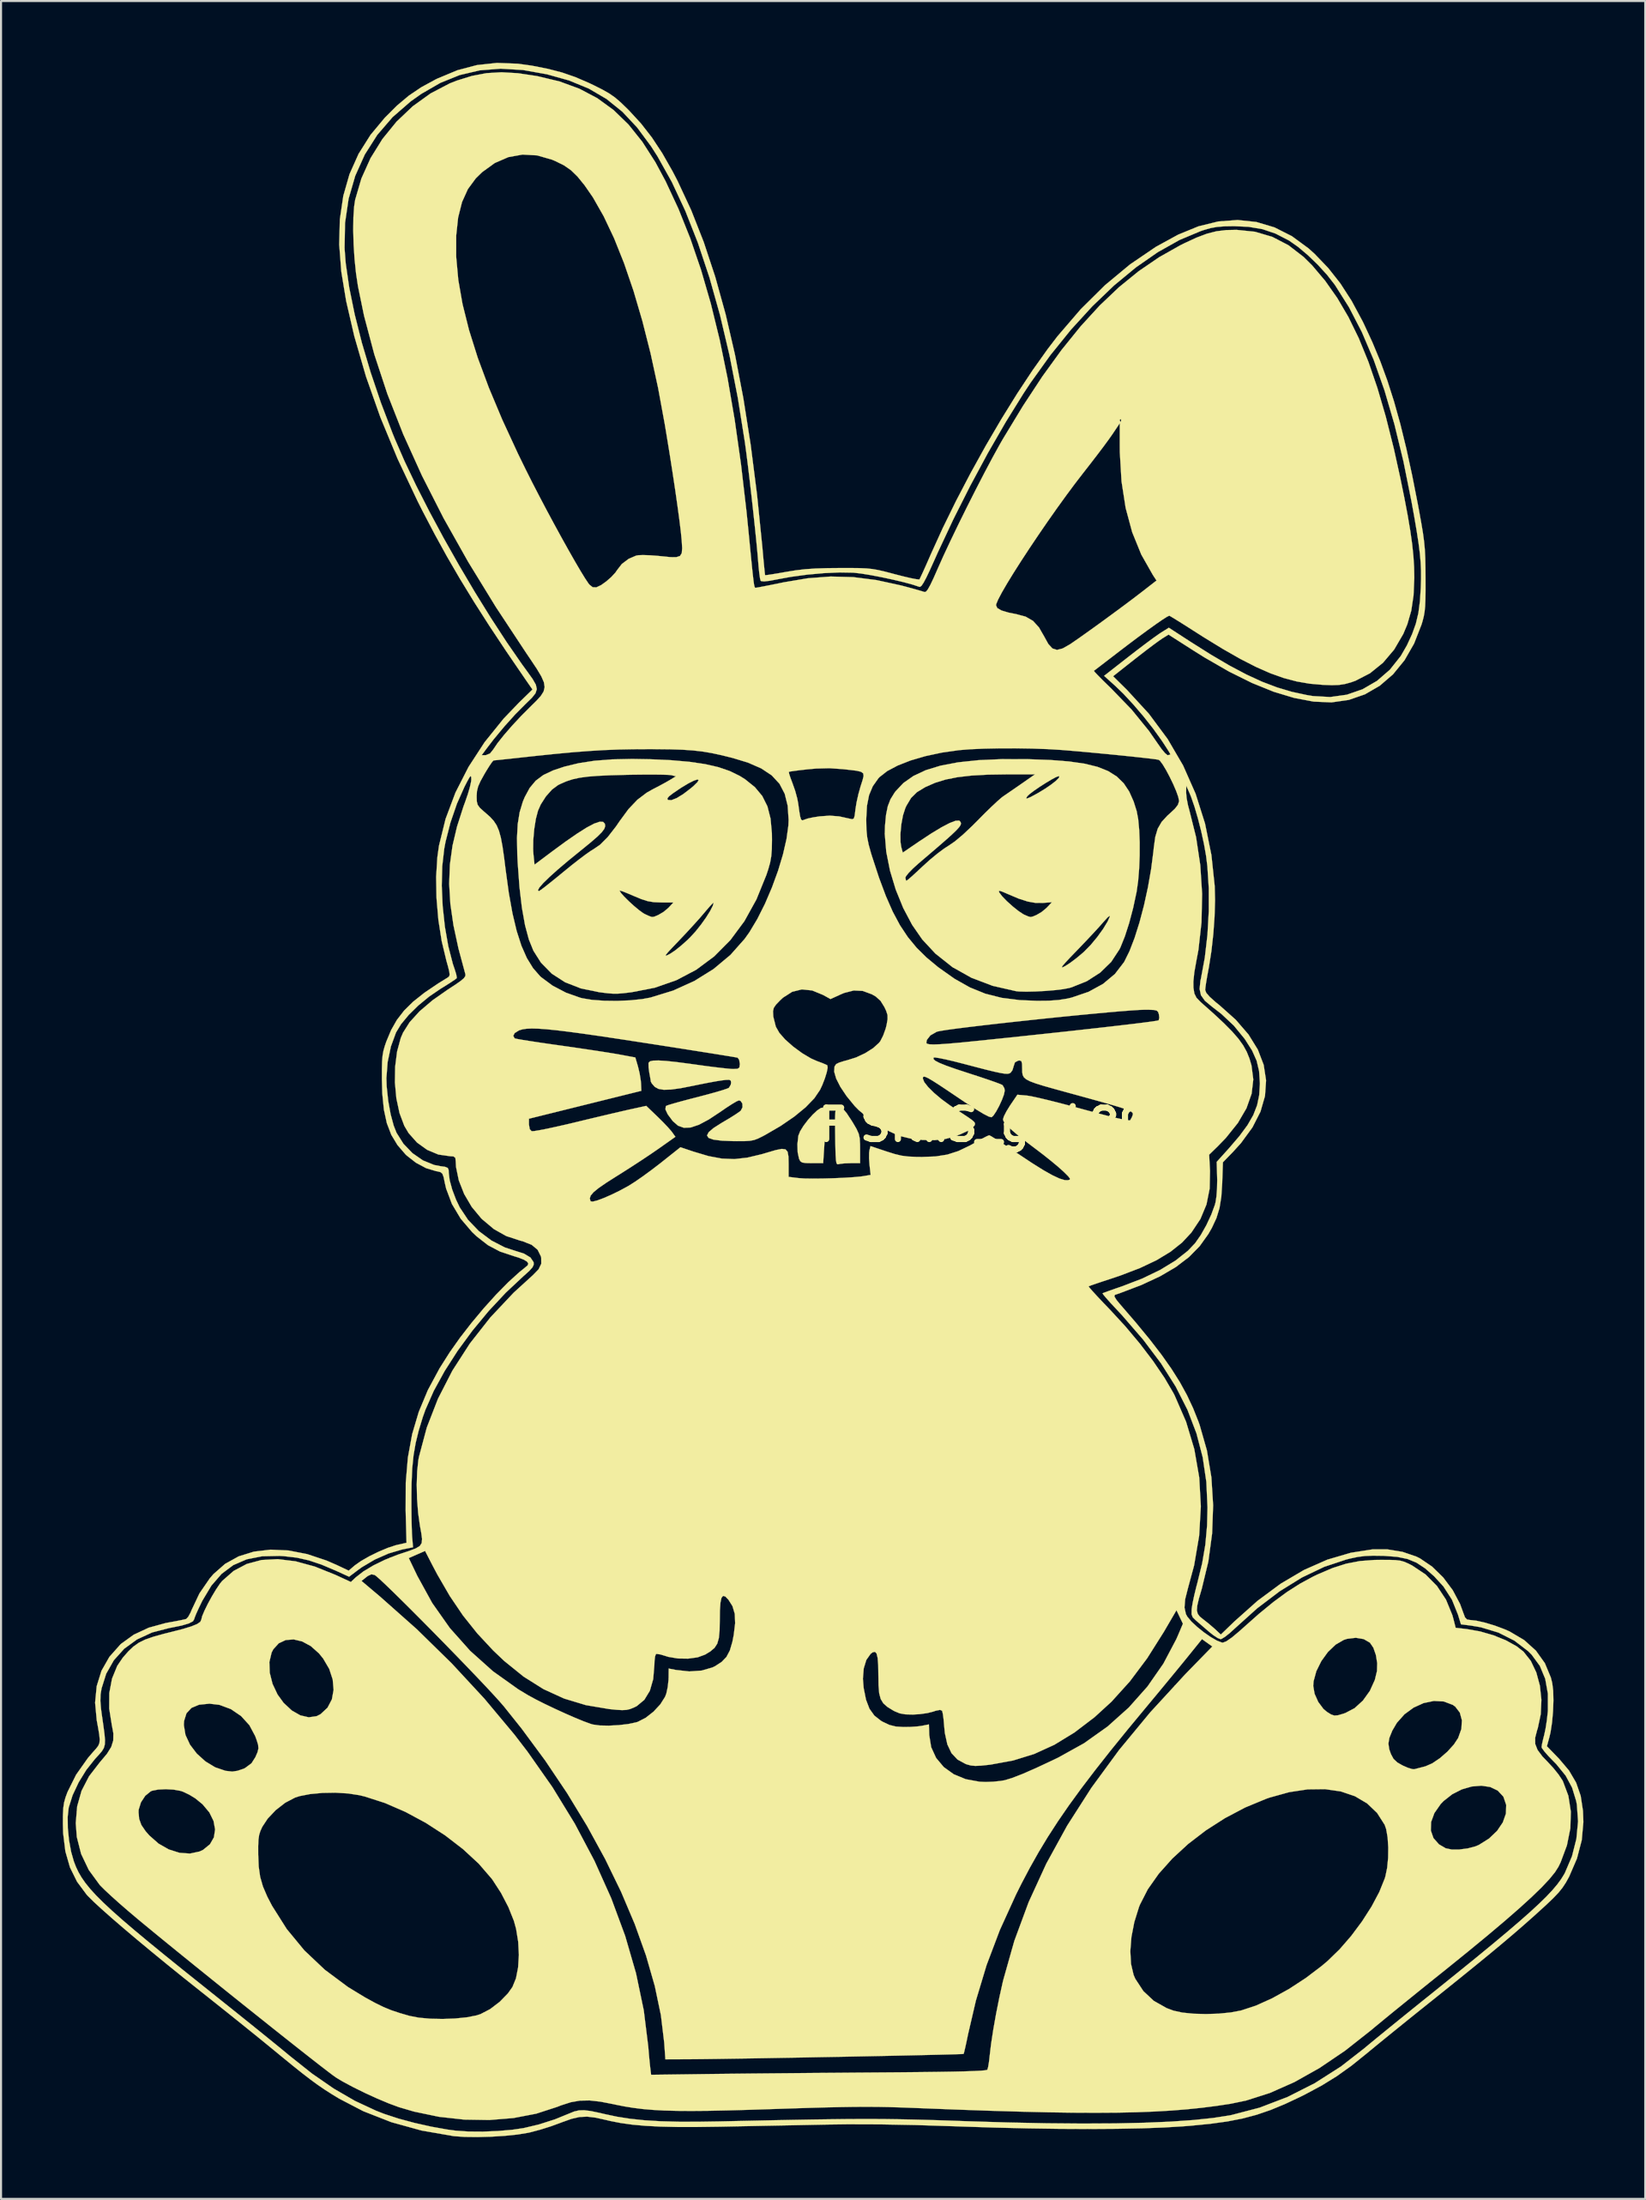
<source format=kicad_pcb>
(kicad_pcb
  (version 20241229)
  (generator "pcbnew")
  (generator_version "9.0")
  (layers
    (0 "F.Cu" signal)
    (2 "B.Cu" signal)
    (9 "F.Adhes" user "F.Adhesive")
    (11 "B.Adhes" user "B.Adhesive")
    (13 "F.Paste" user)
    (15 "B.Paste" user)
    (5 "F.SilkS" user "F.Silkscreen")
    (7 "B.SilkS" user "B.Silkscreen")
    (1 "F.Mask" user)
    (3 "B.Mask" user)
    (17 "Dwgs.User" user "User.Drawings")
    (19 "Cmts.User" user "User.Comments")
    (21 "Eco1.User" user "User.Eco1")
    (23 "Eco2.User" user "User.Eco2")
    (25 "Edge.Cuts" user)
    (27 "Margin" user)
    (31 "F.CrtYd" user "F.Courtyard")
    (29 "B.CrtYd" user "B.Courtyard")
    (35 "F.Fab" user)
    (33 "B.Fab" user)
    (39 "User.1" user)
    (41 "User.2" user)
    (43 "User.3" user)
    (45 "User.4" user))
  (footprint "F.SilkS_g2489"
    (layer "F.Cu")
    (at 44.742 51.572)
    (property "Reference" "F.SilkS_g2489" (at 0 0 0) (layer "F.SilkS") (effects (font (size 1.524 1.524) (thickness 0.3))))
    (attr through_hole)
    (fp_poly (pts (xy -7.774 -0.812) (xy -7.724 -0.766) (xy -7.693 -0.67) (xy -7.678 -0.504) (xy -7.679 -0.247) (xy -7.695 0.123) (xy -7.725 0.627) (xy -7.751 1.037) (xy -7.805 1.863) (xy -8.35 1.863) (xy -8.648 1.857) (xy -8.821 1.831) (xy -8.915 1.768) (xy -8.974 1.653) (xy -8.977 1.645) (xy -9.043 1.334) (xy -9.055 0.939) (xy -9.01 0.537) (xy -9.008 0.526) (xy -8.923 0.313) (xy -8.759 0.048) (xy -8.546 -0.232) (xy -8.314 -0.493) (xy -8.093 -0.7) (xy -7.914 -0.817) (xy -7.843 -0.83) (xy -7.774 -0.812)) (stroke (width 0.01) (type solid)) (fill yes) (layer "F.SilkS"))
    (fp_poly (pts (xy -6.861 -0.803) (xy -6.663 -0.566) (xy -6.41 -0.182) (xy -6.354 -0.091) (xy -6.182 0.203) (xy -6.08 0.429) (xy -6.03 0.65) (xy -6.013 0.935) (xy -6.011 1.169) (xy -6.011 1.863) (xy -6.47 1.863) (xy -6.754 1.872) (xy -6.981 1.895) (xy -7.063 1.914) (xy -7.118 1.917) (xy -7.157 1.86) (xy -7.183 1.717) (xy -7.2 1.465) (xy -7.211 1.078) (xy -7.215 0.877) (xy -7.223 0.31) (xy -7.226 -0.112) (xy -7.223 -0.411) (xy -7.212 -0.613) (xy -7.193 -0.741) (xy -7.163 -0.819) (xy -7.125 -0.868) (xy -7.013 -0.9) (xy -6.861 -0.803)) (stroke (width 0.01) (type solid)) (fill yes) (layer "F.SilkS"))
    (fp_poly (pts (xy 2.146 -17.755) (xy 2.201 -17.753) (xy 3.247 -17.715) (xy 4.139 -17.645) (xy 4.893 -17.537) (xy 5.52 -17.384) (xy 6.037 -17.179) (xy 6.457 -16.915) (xy 6.795 -16.586) (xy 7.063 -16.184) (xy 7.277 -15.703) (xy 7.426 -15.231) (xy 7.499 -14.841) (xy 7.547 -14.325) (xy 7.571 -13.725) (xy 7.57 -13.083) (xy 7.545 -12.441) (xy 7.496 -11.841) (xy 7.423 -11.324) (xy 7.419 -11.303) (xy 7.253 -10.528) (xy 7.06 -9.798) (xy 6.852 -9.152) (xy 6.641 -8.628) (xy 6.591 -8.526) (xy 6.189 -7.913) (xy 5.654 -7.392) (xy 5.005 -6.975) (xy 4.26 -6.676) (xy 4.138 -6.642) (xy 3.849 -6.587) (xy 3.447 -6.539) (xy 2.982 -6.5) (xy 2.504 -6.475) (xy 2.064 -6.465) (xy 1.712 -6.474) (xy 1.566 -6.49) (xy 0.432 -6.748) (xy -0.602 -7.14) (xy -1.508 -7.649) (xy 3.787 -7.649) (xy 3.829 -7.648) (xy 3.945 -7.705) (xy 3.964 -7.715) (xy 4.204 -7.871) (xy 4.508 -8.1) (xy 4.815 -8.357) (xy 4.867 -8.404) (xy 5.187 -8.729) (xy 5.507 -9.114) (xy 5.795 -9.512) (xy 6.017 -9.879) (xy 6.124 -10.118) (xy 6.105 -10.146) (xy 6.002 -10.06) (xy 5.837 -9.879) (xy 5.824 -9.864) (xy 5.636 -9.651) (xy 5.362 -9.351) (xy 5.031 -8.998) (xy 4.677 -8.627) (xy 4.533 -8.477) (xy 4.19 -8.122) (xy 3.958 -7.874) (xy 3.826 -7.72) (xy 3.787 -7.649) (xy -1.508 -7.649) (xy -1.531 -7.663) (xy -2.353 -8.315) (xy -2.99 -9) (xy -3.481 -9.708) (xy -3.915 -10.528) (xy -4.246 -11.341) (xy 0.728 -11.341) (xy 0.752 -11.279) (xy 0.891 -11.096) (xy 1.122 -10.858) (xy 1.401 -10.607) (xy 1.681 -10.384) (xy 1.915 -10.228) (xy 1.97 -10.201) (xy 2.164 -10.117) (xy 2.278 -10.09) (xy 2.393 -10.119) (xy 2.564 -10.192) (xy 2.809 -10.336) (xy 3.047 -10.533) (xy 3.072 -10.559) (xy 3.307 -10.809) (xy 2.86 -10.775) (xy 2.507 -10.777) (xy 2.134 -10.842) (xy 1.701 -10.981) (xy 1.169 -11.205) (xy 1.161 -11.209) (xy 0.899 -11.322) (xy 0.764 -11.365) (xy 0.728 -11.341) (xy -4.246 -11.341) (xy -4.278 -11.419) (xy -4.557 -12.342) (xy -4.739 -13.256) (xy -4.811 -14.121) (xy -4.81 -14.139) (xy -4.051 -14.139) (xy -4.047 -13.73) (xy -4.01 -13.488) (xy -3.937 -13.218) (xy -3.144 -13.759) (xy -2.558 -14.145) (xy -2.062 -14.445) (xy -1.664 -14.653) (xy -1.375 -14.764) (xy -1.203 -14.774) (xy -1.177 -14.758) (xy -1.129 -14.7) (xy -1.109 -14.636) (xy -1.13 -14.556) (xy -1.204 -14.446) (xy -1.342 -14.295) (xy -1.555 -14.091) (xy -1.856 -13.822) (xy -2.255 -13.475) (xy -2.765 -13.039) (xy -3.163 -12.7) (xy -3.437 -12.453) (xy -3.654 -12.231) (xy -3.785 -12.065) (xy -3.81 -12.002) (xy -3.785 -11.876) (xy -3.758 -11.853) (xy -3.679 -11.908) (xy -3.505 -12.058) (xy -3.26 -12.281) (xy -2.971 -12.552) (xy -2.963 -12.559) (xy -2.617 -12.872) (xy -2.257 -13.169) (xy -1.929 -13.414) (xy -1.725 -13.545) (xy -1.407 -13.762) (xy -1.006 -14.098) (xy -0.543 -14.535) (xy -0.296 -14.783) (xy 0.048 -15.131) (xy 0.376 -15.45) (xy 0.658 -15.713) (xy 0.83 -15.862) (xy 2.055 -15.862) (xy 2.102 -15.846) (xy 2.271 -15.916) (xy 2.569 -16.077) (xy 2.659 -16.127) (xy 2.988 -16.328) (xy 3.277 -16.527) (xy 3.503 -16.704) (xy 3.641 -16.842) (xy 3.67 -16.92) (xy 3.637 -16.931) (xy 3.51 -16.887) (xy 3.287 -16.768) (xy 3.006 -16.6) (xy 2.708 -16.409) (xy 2.432 -16.219) (xy 2.219 -16.057) (xy 2.12 -15.964) (xy 2.055 -15.862) (xy 0.83 -15.862) (xy 0.866 -15.894) (xy 0.931 -15.943) (xy 1.14 -16.086) (xy 1.433 -16.288) (xy 1.759 -16.513) (xy 1.857 -16.581) (xy 2.485 -17.018) (xy 1.135 -17.018) (xy 0.197 -17.004) (xy -0.598 -16.96) (xy -1.273 -16.882) (xy -1.854 -16.767) (xy -2.364 -16.61) (xy -2.827 -16.408) (xy -2.843 -16.4) (xy -3.246 -16.156) (xy -3.534 -15.872) (xy -3.762 -15.491) (xy -3.813 -15.38) (xy -3.927 -15.028) (xy -4.008 -14.593) (xy -4.051 -14.139) (xy -4.81 -14.139) (xy -4.801 -14.519) (xy -4.75 -15.054) (xy -4.666 -15.468) (xy -4.534 -15.809) (xy -4.339 -16.125) (xy -4.291 -16.19) (xy -3.907 -16.598) (xy -3.42 -16.94) (xy -2.821 -17.221) (xy -2.101 -17.441) (xy -1.252 -17.602) (xy -0.267 -17.707) (xy 0.863 -17.757) (xy 2.146 -17.755)) (stroke (width 0.01) (type solid)) (fill yes) (layer "F.SilkS"))
    (fp_poly (pts (xy -16.214 -17.752) (xy -15.18 -17.705) (xy -14.295 -17.627) (xy -13.54 -17.516) (xy -12.894 -17.368) (xy -12.34 -17.178) (xy -11.857 -16.942) (xy -11.602 -16.783) (xy -11.122 -16.398) (xy -10.763 -15.967) (xy -10.512 -15.465) (xy -10.36 -14.868) (xy -10.295 -14.152) (xy -10.291 -13.843) (xy -10.299 -13.39) (xy -10.326 -13.041) (xy -10.381 -12.732) (xy -10.475 -12.398) (xy -10.564 -12.131) (xy -11.046 -10.945) (xy -11.631 -9.889) (xy -12.315 -8.967) (xy -13.096 -8.18) (xy -13.971 -7.53) (xy -14.936 -7.022) (xy -15.989 -6.656) (xy -17.115 -6.438) (xy -17.496 -6.392) (xy -17.773 -6.369) (xy -18.012 -6.368) (xy -18.277 -6.389) (xy -18.633 -6.433) (xy -18.678 -6.439) (xy -19.57 -6.622) (xy -20.339 -6.921) (xy -20.986 -7.338) (xy -21.511 -7.872) (xy -21.724 -8.208) (xy -15.461 -8.208) (xy -15.398 -8.225) (xy -15.262 -8.293) (xy -15.241 -8.305) (xy -15.01 -8.457) (xy -14.713 -8.694) (xy -14.4 -8.972) (xy -14.267 -9.102) (xy -14.006 -9.387) (xy -13.741 -9.719) (xy -13.496 -10.062) (xy -13.296 -10.381) (xy -13.164 -10.64) (xy -13.123 -10.79) (xy -13.172 -10.756) (xy -13.303 -10.618) (xy -13.491 -10.401) (xy -13.565 -10.313) (xy -13.799 -10.04) (xy -14.112 -9.692) (xy -14.462 -9.312) (xy -14.809 -8.945) (xy -14.814 -8.94) (xy -15.13 -8.609) (xy -15.337 -8.387) (xy -15.444 -8.258) (xy -15.461 -8.208) (xy -21.724 -8.208) (xy -21.881 -8.456) (xy -22.101 -9) (xy -22.287 -9.694) (xy -22.439 -10.543) (xy -22.557 -11.55) (xy -22.643 -12.719) (xy -22.663 -13.121) (xy -22.667 -13.343) (xy -21.893 -13.343) (xy -21.88 -13.153) (xy -21.826 -12.633) (xy -21.01 -13.245) (xy -20.318 -13.753) (xy -19.744 -14.15) (xy -19.282 -14.441) (xy -18.924 -14.629) (xy -18.663 -14.718) (xy -18.493 -14.711) (xy -18.41 -14.622) (xy -18.392 -14.506) (xy -18.435 -14.375) (xy -18.555 -14.213) (xy -18.765 -14.002) (xy -19.082 -13.727) (xy -19.518 -13.371) (xy -19.579 -13.322) (xy -20.177 -12.836) (xy -20.686 -12.405) (xy -21.096 -12.037) (xy -21.401 -11.74) (xy -21.592 -11.521) (xy -21.662 -11.387) (xy -21.611 -11.347) (xy -21.565 -11.376) (xy -17.695 -11.376) (xy -17.635 -11.268) (xy -17.476 -11.087) (xy -17.253 -10.865) (xy -17.001 -10.635) (xy -16.755 -10.43) (xy -16.549 -10.28) (xy -16.468 -10.234) (xy -16.25 -10.134) (xy -16.123 -10.092) (xy -16.019 -10.104) (xy -15.872 -10.164) (xy -15.809 -10.192) (xy -15.561 -10.337) (xy -15.325 -10.534) (xy -15.308 -10.552) (xy -15.08 -10.795) (xy -15.689 -10.798) (xy -16.034 -10.812) (xy -16.328 -10.861) (xy -16.64 -10.961) (xy -16.997 -11.109) (xy -17.304 -11.24) (xy -17.542 -11.334) (xy -17.677 -11.377) (xy -17.695 -11.376) (xy -21.565 -11.376) (xy -21.528 -11.399) (xy -21.338 -11.542) (xy -21.063 -11.759) (xy -20.727 -12.031) (xy -20.432 -12.273) (xy -20.038 -12.594) (xy -19.664 -12.887) (xy -19.339 -13.131) (xy -19.093 -13.303) (xy -18.987 -13.366) (xy -18.64 -13.602) (xy -18.273 -13.969) (xy -17.875 -14.48) (xy -17.696 -14.74) (xy -17.263 -15.329) (xy -16.833 -15.782) (xy -16.736 -15.856) (xy -15.371 -15.856) (xy -15.36 -15.793) (xy -15.336 -15.775) (xy -15.174 -15.766) (xy -14.92 -15.866) (xy -14.598 -16.063) (xy -14.232 -16.343) (xy -14.096 -16.459) (xy -13.909 -16.644) (xy -13.854 -16.746) (xy -13.917 -16.769) (xy -14.084 -16.714) (xy -14.341 -16.586) (xy -14.674 -16.387) (xy -14.788 -16.312) (xy -15.104 -16.097) (xy -15.292 -15.951) (xy -15.371 -15.856) (xy -16.736 -15.856) (xy -16.377 -16.128) (xy -16.087 -16.292) (xy -15.763 -16.46) (xy -15.457 -16.626) (xy -15.247 -16.747) (xy -14.958 -16.923) (xy -15.183 -16.979) (xy -15.33 -16.994) (xy -15.619 -17.003) (xy -16.023 -17.008) (xy -16.515 -17.007) (xy -17.067 -17.001) (xy -17.377 -16.995) (xy -18.13 -16.975) (xy -18.74 -16.947) (xy -19.233 -16.908) (xy -19.636 -16.854) (xy -19.974 -16.78) (xy -20.274 -16.682) (xy -20.563 -16.557) (xy -20.681 -16.499) (xy -20.976 -16.281) (xy -21.27 -15.951) (xy -21.521 -15.561) (xy -21.657 -15.255) (xy -21.762 -14.855) (xy -21.841 -14.357) (xy -21.887 -13.829) (xy -21.893 -13.343) (xy -22.667 -13.343) (xy -22.678 -13.927) (xy -22.642 -14.602) (xy -22.548 -15.179) (xy -22.395 -15.69) (xy -22.3 -15.917) (xy -22.059 -16.361) (xy -21.769 -16.709) (xy -21.399 -16.985) (xy -20.919 -17.212) (xy -20.369 -17.395) (xy -19.675 -17.562) (xy -18.913 -17.679) (xy -18.057 -17.746) (xy -17.083 -17.767) (xy -16.214 -17.752)) (stroke (width 0.01) (type solid)) (fill yes) (layer "F.SilkS"))
    (fp_poly (pts (xy -22.633 -51.528) (xy -21.971 -51.436) (xy -21.174 -51.279) (xy -20.486 -51.1) (xy -19.843 -50.878) (xy -19.184 -50.594) (xy -18.965 -50.49) (xy -18.53 -50.272) (xy -18.199 -50.084) (xy -17.918 -49.888) (xy -17.639 -49.649) (xy -17.308 -49.328) (xy -17.224 -49.244) (xy -16.653 -48.623) (xy -16.127 -47.948) (xy -15.624 -47.186) (xy -15.122 -46.305) (xy -14.881 -45.842) (xy -14.217 -44.418) (xy -13.606 -42.866) (xy -13.048 -41.18) (xy -12.542 -39.357) (xy -12.087 -37.393) (xy -11.682 -35.283) (xy -11.326 -33.022) (xy -11.018 -30.607) (xy -10.757 -28.034) (xy -10.745 -27.898) (xy -10.707 -27.47) (xy -10.672 -27.108) (xy -10.645 -26.842) (xy -10.628 -26.703) (xy -10.625 -26.69) (xy -10.541 -26.696) (xy -10.323 -26.728) (xy -10.004 -26.78) (xy -9.617 -26.848) (xy -9.602 -26.851) (xy -9.131 -26.927) (xy -8.67 -26.981) (xy -8.171 -27.015) (xy -7.586 -27.033) (xy -7.027 -27.038) (xy -6.471 -27.039) (xy -6.043 -27.034) (xy -5.705 -27.019) (xy -5.416 -26.99) (xy -5.136 -26.941) (xy -4.826 -26.87) (xy -4.444 -26.77) (xy -4.318 -26.736) (xy -3.903 -26.63) (xy -3.548 -26.547) (xy -3.284 -26.496) (xy -3.142 -26.482) (xy -3.127 -26.486) (xy -3.079 -26.58) (xy -2.976 -26.801) (xy -2.832 -27.119) (xy -2.661 -27.506) (xy -2.583 -27.686) (xy -1.998 -28.972) (xy -1.347 -30.3) (xy -0.644 -31.644) (xy 0.094 -32.976) (xy 0.853 -34.271) (xy 1.617 -35.503) (xy 2.371 -36.644) (xy 3.1 -37.668) (xy 3.579 -38.293) (xy 4.709 -39.607) (xy 5.885 -40.771) (xy 7.103 -41.782) (xy 8.356 -42.634) (xy 9.44 -43.227) (xy 10.427 -43.631) (xy 11.392 -43.868) (xy 12.33 -43.938) (xy 13.24 -43.842) (xy 14.119 -43.58) (xy 14.965 -43.153) (xy 15.774 -42.56) (xy 16.072 -42.291) (xy 16.73 -41.606) (xy 17.318 -40.861) (xy 17.861 -40.021) (xy 18.383 -39.052) (xy 18.455 -38.907) (xy 18.874 -38.004) (xy 19.255 -37.087) (xy 19.604 -36.134) (xy 19.927 -35.123) (xy 20.232 -34.032) (xy 20.524 -32.84) (xy 20.81 -31.526) (xy 21.097 -30.067) (xy 21.138 -29.845) (xy 21.248 -29.237) (xy 21.33 -28.749) (xy 21.386 -28.332) (xy 21.423 -27.941) (xy 21.444 -27.527) (xy 21.454 -27.045) (xy 21.457 -26.543) (xy 21.458 -25.965) (xy 21.452 -25.523) (xy 21.438 -25.184) (xy 21.411 -24.916) (xy 21.371 -24.686) (xy 21.313 -24.46) (xy 21.265 -24.299) (xy 20.902 -23.371) (xy 20.437 -22.561) (xy 19.877 -21.875) (xy 19.233 -21.321) (xy 18.514 -20.905) (xy 17.73 -20.634) (xy 16.89 -20.514) (xy 16.024 -20.551) (xy 15.077 -20.73) (xy 14.084 -21.029) (xy 13.034 -21.454) (xy 11.916 -22.008) (xy 10.719 -22.697) (xy 10.181 -23.034) (xy 8.974 -23.805) (xy 8.671 -23.618) (xy 8.499 -23.499) (xy 8.225 -23.299) (xy 7.883 -23.041) (xy 7.505 -22.748) (xy 7.324 -22.607) (xy 6.28 -21.783) (xy 6.958 -21.115) (xy 8.019 -19.96) (xy 8.927 -18.737) (xy 9.683 -17.444) (xy 10.288 -16.075) (xy 10.746 -14.628) (xy 11.056 -13.098) (xy 11.215 -11.599) (xy 11.232 -10.913) (xy 11.209 -10.121) (xy 11.149 -9.279) (xy 11.057 -8.447) (xy 10.937 -7.68) (xy 10.919 -7.585) (xy 10.849 -7.206) (xy 10.793 -6.872) (xy 10.76 -6.631) (xy 10.753 -6.545) (xy 10.806 -6.408) (xy 10.972 -6.216) (xy 11.265 -5.954) (xy 11.451 -5.804) (xy 12.238 -5.102) (xy 12.858 -4.384) (xy 13.31 -3.653) (xy 13.595 -2.91) (xy 13.711 -2.159) (xy 13.659 -1.401) (xy 13.439 -0.639) (xy 13.05 0.124) (xy 12.492 0.887) (xy 12.107 1.312) (xy 11.614 1.82) (xy 11.58 2.836) (xy 11.537 3.496) (xy 11.449 4.043) (xy 11.3 4.529) (xy 11.076 5.009) (xy 10.902 5.311) (xy 10.485 5.893) (xy 9.965 6.422) (xy 9.328 6.907) (xy 8.562 7.356) (xy 7.656 7.778) (xy 6.595 8.181) (xy 6.364 8.259) (xy 6.343 8.336) (xy 6.45 8.511) (xy 6.605 8.699) (xy 7.389 9.609) (xy 8.06 10.424) (xy 8.631 11.165) (xy 9.114 11.85) (xy 9.523 12.498) (xy 9.869 13.129) (xy 10.166 13.762) (xy 10.427 14.417) (xy 10.486 14.583) (xy 10.837 15.813) (xy 11.055 17.12) (xy 11.139 18.474) (xy 11.09 19.845) (xy 10.907 21.204) (xy 10.589 22.523) (xy 10.577 22.564) (xy 10.444 23.02) (xy 10.368 23.348) (xy 10.35 23.579) (xy 10.391 23.746) (xy 10.492 23.88) (xy 10.639 24) (xy 10.911 24.214) (xy 11.181 24.445) (xy 11.239 24.497) (xy 11.513 24.754) (xy 12.17 24.12) (xy 13.295 23.118) (xy 14.422 22.284) (xy 15.552 21.618) (xy 16.688 21.117) (xy 17.832 20.781) (xy 18.881 20.618) (xy 19.608 20.618) (xy 20.337 20.737) (xy 21.005 20.965) (xy 21.19 21.056) (xy 21.775 21.453) (xy 22.315 21.98) (xy 22.779 22.599) (xy 23.136 23.272) (xy 23.287 23.686) (xy 23.373 23.916) (xy 23.471 24.021) (xy 23.609 24.045) (xy 23.931 24.081) (xy 24.353 24.177) (xy 24.822 24.319) (xy 25.286 24.492) (xy 25.541 24.604) (xy 26.248 25.021) (xy 26.82 25.536) (xy 27.254 26.143) (xy 27.544 26.839) (xy 27.612 27.108) (xy 27.658 27.476) (xy 27.67 27.954) (xy 27.65 28.486) (xy 27.603 29.017) (xy 27.531 29.491) (xy 27.479 29.715) (xy 27.353 30.177) (xy 27.944 30.786) (xy 28.426 31.356) (xy 28.772 31.944) (xy 28.994 32.584) (xy 29.105 33.312) (xy 29.125 33.857) (xy 29.046 34.737) (xy 28.812 35.632) (xy 28.437 36.502) (xy 28.277 36.793) (xy 28.113 37.043) (xy 27.918 37.285) (xy 27.662 37.553) (xy 27.319 37.881) (xy 27.121 38.062) (xy 26.667 38.473) (xy 26.203 38.883) (xy 25.713 39.307) (xy 25.18 39.758) (xy 24.588 40.25) (xy 23.92 40.797) (xy 23.16 41.413) (xy 22.291 42.112) (xy 21.802 42.503) (xy 21.21 42.976) (xy 20.623 43.448) (xy 20.064 43.9) (xy 19.553 44.314) (xy 19.115 44.671) (xy 18.771 44.953) (xy 18.604 45.092) (xy 17.857 45.693) (xy 17.15 46.198) (xy 16.42 46.649) (xy 15.605 47.086) (xy 15.367 47.205) (xy 14.62 47.556) (xy 13.928 47.842) (xy 13.255 48.072) (xy 12.567 48.255) (xy 11.829 48.398) (xy 11.005 48.512) (xy 10.06 48.605) (xy 9.652 48.637) (xy 8.736 48.692) (xy 7.666 48.732) (xy 6.457 48.755) (xy 5.125 48.764) (xy 3.684 48.757) (xy 2.149 48.734) (xy 0.536 48.696) (xy -1.142 48.642) (xy -1.397 48.633) (xy -3.289 48.573) (xy -5.022 48.54) (xy -6.593 48.535) (xy -7.578 48.548) (xy -8.372 48.564) (xy -9.281 48.582) (xy -10.247 48.601) (xy -11.216 48.62) (xy -12.133 48.638) (xy -12.811 48.652) (xy -13.923 48.667) (xy -14.885 48.667) (xy -15.718 48.648) (xy -16.441 48.61) (xy -17.074 48.553) (xy -17.637 48.474) (xy -18.15 48.374) (xy -18.33 48.331) (xy -18.848 48.215) (xy -19.266 48.164) (xy -19.642 48.182) (xy -20.033 48.272) (xy -20.499 48.438) (xy -20.574 48.467) (xy -21.028 48.633) (xy -21.536 48.793) (xy -22.007 48.919) (xy -22.14 48.949) (xy -22.645 49.032) (xy -23.26 49.095) (xy -23.93 49.138) (xy -24.6 49.156) (xy -25.218 49.149) (xy -25.728 49.113) (xy -25.766 49.108) (xy -27.317 48.838) (xy -28.779 48.434) (xy -30.145 47.899) (xy -31.309 47.293) (xy -31.674 47.072) (xy -32.013 46.856) (xy -32.349 46.626) (xy -32.707 46.365) (xy -33.11 46.055) (xy -33.582 45.678) (xy -34.147 45.217) (xy -34.459 44.96) (xy -34.889 44.608) (xy -35.421 44.176) (xy -36.023 43.691) (xy -36.666 43.175) (xy -37.317 42.656) (xy -37.945 42.157) (xy -38.1 42.034) (xy -38.906 41.393) (xy -39.693 40.757) (xy -40.447 40.139) (xy -41.155 39.551) (xy -41.803 39.003) (xy -42.377 38.508) (xy -42.863 38.077) (xy -43.247 37.723) (xy -43.516 37.456) (xy -43.578 37.39) (xy -44.05 36.754) (xy -44.393 36.059) (xy -44.616 35.283) (xy -44.724 34.404) (xy -44.737 33.951) (xy -44.735 33.608) (xy -44.505 33.608) (xy -44.498 34.152) (xy -44.44 34.737) (xy -44.336 35.308) (xy -44.204 35.772) (xy -44.103 36.033) (xy -43.982 36.289) (xy -43.832 36.547) (xy -43.645 36.816) (xy -43.413 37.103) (xy -43.126 37.418) (xy -42.776 37.767) (xy -42.355 38.16) (xy -41.854 38.604) (xy -41.264 39.108) (xy -40.577 39.68) (xy -39.784 40.328) (xy -38.877 41.06) (xy -37.846 41.884) (xy -37.507 42.155) (xy -36.86 42.672) (xy -36.221 43.183) (xy -35.611 43.673) (xy -35.049 44.126) (xy -34.554 44.527) (xy -34.144 44.861) (xy -33.839 45.112) (xy -33.74 45.195) (xy -32.639 46.07) (xy -31.582 46.801) (xy -30.549 47.4) (xy -29.52 47.879) (xy -29.125 48.033) (xy -28.44 48.257) (xy -27.653 48.47) (xy -26.833 48.653) (xy -26.048 48.793) (xy -25.649 48.846) (xy -25.042 48.887) (xy -24.336 48.892) (xy -23.601 48.862) (xy -22.903 48.802) (xy -22.351 48.72) (xy -21.607 48.543) (xy -20.836 48.296) (xy -20.151 48.017) (xy -19.903 47.916) (xy -19.67 47.861) (xy -19.413 47.853) (xy -19.092 47.893) (xy -18.666 47.982) (xy -18.415 48.041) (xy -17.814 48.169) (xy -17.178 48.268) (xy -16.485 48.341) (xy -15.712 48.388) (xy -14.836 48.411) (xy -13.834 48.412) (xy -12.884 48.397) (xy -11.537 48.368) (xy -10.341 48.342) (xy -9.28 48.321) (xy -8.335 48.304) (xy -7.488 48.292) (xy -6.723 48.283) (xy -6.022 48.279) (xy -5.367 48.279) (xy -4.74 48.283) (xy -4.124 48.292) (xy -3.501 48.304) (xy -2.854 48.321) (xy -2.165 48.341) (xy -1.416 48.366) (xy -0.797 48.388) (xy 1.207 48.449) (xy 3.073 48.487) (xy 4.796 48.502) (xy 6.372 48.493) (xy 7.799 48.461) (xy 9.072 48.407) (xy 10.188 48.329) (xy 11.145 48.228) (xy 11.937 48.105) (xy 12.028 48.087) (xy 13.397 47.729) (xy 14.751 47.211) (xy 16.074 46.542) (xy 17.348 45.73) (xy 18.457 44.867) (xy 18.684 44.678) (xy 19.024 44.398) (xy 19.459 44.043) (xy 19.968 43.629) (xy 20.534 43.171) (xy 21.136 42.685) (xy 21.756 42.187) (xy 21.907 42.066) (xy 22.965 41.214) (xy 23.898 40.458) (xy 24.713 39.788) (xy 25.419 39.198) (xy 26.025 38.68) (xy 26.54 38.225) (xy 26.972 37.826) (xy 27.33 37.476) (xy 27.622 37.165) (xy 27.857 36.887) (xy 28.043 36.633) (xy 28.19 36.396) (xy 28.23 36.322) (xy 28.572 35.52) (xy 28.786 34.675) (xy 28.867 33.825) (xy 28.809 33.011) (xy 28.775 32.834) (xy 28.577 32.186) (xy 28.264 31.605) (xy 27.812 31.049) (xy 27.671 30.906) (xy 27.421 30.648) (xy 27.226 30.424) (xy 27.112 30.266) (xy 27.094 30.218) (xy 27.116 30.074) (xy 27.171 29.83) (xy 27.222 29.633) (xy 27.289 29.317) (xy 27.352 28.913) (xy 27.397 28.5) (xy 27.401 28.448) (xy 27.401 27.624) (xy 27.272 26.903) (xy 27.01 26.274) (xy 26.611 25.729) (xy 26.444 25.562) (xy 25.775 25.05) (xy 25 24.659) (xy 24.141 24.399) (xy 23.673 24.32) (xy 23.179 24.257) (xy 23.034 23.787) (xy 22.74 23.057) (xy 22.326 22.417) (xy 21.878 21.927) (xy 21.437 21.539) (xy 21.021 21.264) (xy 20.583 21.084) (xy 20.078 20.98) (xy 19.459 20.933) (xy 19.389 20.93) (xy 18.901 20.923) (xy 18.515 20.939) (xy 18.164 20.984) (xy 17.78 21.066) (xy 17.601 21.111) (xy 16.537 21.465) (xy 15.456 21.981) (xy 14.367 22.655) (xy 13.277 23.481) (xy 12.208 24.443) (xy 11.947 24.681) (xy 11.715 24.864) (xy 11.548 24.965) (xy 11.504 24.977) (xy 11.364 24.924) (xy 11.15 24.785) (xy 10.939 24.617) (xy 10.678 24.391) (xy 10.432 24.179) (xy 10.293 24.06) (xy 10.15 23.918) (xy 10.092 23.771) (xy 10.095 23.546) (xy 10.103 23.468) (xy 10.146 23.207) (xy 10.223 22.846) (xy 10.32 22.445) (xy 10.368 22.267) (xy 10.606 21.297) (xy 10.761 20.39) (xy 10.845 19.469) (xy 10.867 18.584) (xy 10.81 17.341) (xy 10.633 16.145) (xy 10.33 14.984) (xy 9.895 13.845) (xy 9.323 12.715) (xy 8.607 11.582) (xy 7.741 10.432) (xy 6.719 9.253) (xy 6.413 8.925) (xy 6.15 8.643) (xy 5.941 8.408) (xy 5.806 8.246) (xy 5.767 8.182) (xy 5.855 8.146) (xy 6.071 8.067) (xy 6.381 7.958) (xy 6.719 7.842) (xy 7.698 7.466) (xy 8.568 7.046) (xy 9.312 6.593) (xy 9.916 6.115) (xy 10.265 5.747) (xy 10.537 5.358) (xy 10.81 4.874) (xy 11.049 4.363) (xy 11.222 3.893) (xy 11.255 3.769) (xy 11.3 3.484) (xy 11.329 3.101) (xy 11.338 2.69) (xy 11.335 2.574) (xy 11.313 1.801) (xy 11.901 1.149) (xy 12.417 0.547) (xy 12.809 0.016) (xy 13.091 -0.474) (xy 13.276 -0.951) (xy 13.378 -1.444) (xy 13.411 -1.982) (xy 13.411 -2.032) (xy 13.373 -2.606) (xy 13.253 -3.114) (xy 13.032 -3.609) (xy 12.692 -4.143) (xy 12.659 -4.189) (xy 12.146 -4.816) (xy 11.541 -5.384) (xy 11.072 -5.747) (xy 10.739 -6.024) (xy 10.548 -6.293) (xy 10.482 -6.598) (xy 10.522 -6.988) (xy 10.549 -7.112) (xy 10.736 -8.124) (xy 10.864 -9.228) (xy 10.928 -10.37) (xy 10.928 -11.496) (xy 10.86 -12.551) (xy 10.798 -13.055) (xy 10.696 -13.633) (xy 10.56 -14.256) (xy 10.402 -14.876) (xy 10.235 -15.446) (xy 10.072 -15.918) (xy 10.003 -16.087) (xy 9.833 -16.468) (xy 9.828 -16.129) (xy 9.851 -15.866) (xy 9.916 -15.525) (xy 9.992 -15.24) (xy 10.311 -13.966) (xy 10.515 -12.61) (xy 10.604 -11.216) (xy 10.574 -9.83) (xy 10.425 -8.495) (xy 10.318 -7.927) (xy 10.225 -7.405) (xy 10.179 -6.955) (xy 10.182 -6.662) (xy 10.228 -6.375) (xy 10.329 -6.172) (xy 10.525 -5.969) (xy 10.551 -5.945) (xy 11.168 -5.397) (xy 11.665 -4.933) (xy 12.059 -4.535) (xy 12.365 -4.184) (xy 12.597 -3.861) (xy 12.771 -3.546) (xy 12.902 -3.223) (xy 13.003 -2.882) (xy 13.09 -2.203) (xy 13.009 -1.51) (xy 12.759 -0.805) (xy 12.34 -0.088) (xy 11.754 0.642) (xy 11.365 1.043) (xy 10.946 1.451) (xy 10.987 2.239) (xy 10.97 3.097) (xy 10.816 3.868) (xy 10.521 4.575) (xy 10.083 5.232) (xy 9.629 5.719) (xy 9.07 6.163) (xy 8.392 6.574) (xy 7.579 6.958) (xy 6.617 7.325) (xy 6.223 7.458) (xy 5.819 7.59) (xy 5.477 7.705) (xy 5.227 7.791) (xy 5.099 7.838) (xy 5.089 7.843) (xy 5.134 7.909) (xy 5.28 8.077) (xy 5.508 8.326) (xy 5.801 8.637) (xy 6.116 8.964) (xy 6.872 9.784) (xy 7.582 10.63) (xy 8.223 11.472) (xy 8.773 12.281) (xy 9.21 13.027) (xy 9.267 13.137) (xy 9.825 14.42) (xy 10.225 15.753) (xy 10.464 17.126) (xy 10.542 18.53) (xy 10.46 19.957) (xy 10.215 21.397) (xy 9.911 22.521) (xy 9.78 23.038) (xy 9.748 23.442) (xy 9.816 23.756) (xy 9.885 23.884) (xy 10.084 24.121) (xy 10.366 24.384) (xy 10.691 24.645) (xy 11.024 24.876) (xy 11.326 25.05) (xy 11.56 25.14) (xy 11.615 25.146) (xy 11.782 25.082) (xy 12.052 24.895) (xy 12.418 24.589) (xy 12.575 24.448) (xy 13.361 23.751) (xy 14.069 23.171) (xy 14.726 22.688) (xy 15.358 22.285) (xy 15.99 21.942) (xy 16.208 21.837) (xy 16.94 21.524) (xy 17.605 21.312) (xy 18.265 21.185) (xy 18.977 21.131) (xy 19.262 21.127) (xy 19.697 21.128) (xy 20.007 21.139) (xy 20.235 21.167) (xy 20.427 21.221) (xy 20.624 21.307) (xy 20.806 21.4) (xy 21.457 21.834) (xy 22.012 22.395) (xy 22.452 23.06) (xy 22.759 23.807) (xy 22.807 23.978) (xy 22.921 24.426) (xy 23.446 24.485) (xy 24.105 24.601) (xy 24.76 24.79) (xy 25.366 25.036) (xy 25.882 25.323) (xy 26.216 25.584) (xy 26.571 26.032) (xy 26.838 26.594) (xy 27.012 27.236) (xy 27.086 27.923) (xy 27.054 28.621) (xy 26.911 29.296) (xy 26.876 29.403) (xy 26.783 29.762) (xy 26.786 30.067) (xy 26.899 30.357) (xy 27.133 30.67) (xy 27.383 30.93) (xy 27.661 31.229) (xy 27.918 31.549) (xy 28.105 31.83) (xy 28.132 31.88) (xy 28.396 32.585) (xy 28.516 33.353) (xy 28.492 34.162) (xy 28.326 34.99) (xy 28.02 35.813) (xy 27.915 36.028) (xy 27.744 36.297) (xy 27.475 36.628) (xy 27.101 37.026) (xy 26.619 37.493) (xy 26.023 38.036) (xy 25.31 38.658) (xy 24.473 39.364) (xy 23.508 40.158) (xy 22.411 41.045) (xy 22.225 41.193) (xy 21.616 41.681) (xy 21.006 42.173) (xy 20.417 42.65) (xy 19.872 43.092) (xy 19.396 43.482) (xy 19.011 43.799) (xy 18.796 43.979) (xy 17.544 44.965) (xy 16.307 45.802) (xy 15.089 46.486) (xy 13.897 47.014) (xy 12.737 47.384) (xy 11.98 47.541) (xy 11.295 47.644) (xy 10.595 47.733) (xy 9.871 47.808) (xy 9.109 47.869) (xy 8.299 47.916) (xy 7.427 47.95) (xy 6.483 47.97) (xy 5.455 47.977) (xy 4.33 47.972) (xy 3.097 47.953) (xy 1.745 47.921) (xy 0.26 47.877) (xy -1.367 47.82) (xy -3.151 47.751) (xy -3.424 47.74) (xy -4.017 47.718) (xy -4.576 47.701) (xy -5.124 47.691) (xy -5.685 47.687) (xy -6.282 47.69) (xy -6.938 47.7) (xy -7.678 47.716) (xy -8.525 47.74) (xy -9.503 47.771) (xy -10.197 47.794) (xy -11.412 47.833) (xy -12.475 47.862) (xy -13.401 47.881) (xy -14.208 47.888) (xy -14.911 47.883) (xy -15.528 47.867) (xy -16.074 47.837) (xy -16.566 47.795) (xy -17.021 47.738) (xy -17.455 47.668) (xy -17.885 47.583) (xy -17.988 47.56) (xy -18.627 47.436) (xy -19.155 47.377) (xy -19.618 47.386) (xy -20.063 47.464) (xy -20.536 47.616) (xy -20.731 47.692) (xy -21.742 48.02) (xy -22.849 48.232) (xy -24.024 48.328) (xy -25.239 48.308) (xy -26.467 48.172) (xy -27.68 47.919) (xy -28.415 47.703) (xy -28.9 47.524) (xy -29.469 47.285) (xy -30.069 47.011) (xy -30.65 46.724) (xy -31.16 46.45) (xy -31.454 46.274) (xy -31.612 46.162) (xy -31.887 45.954) (xy -32.268 45.661) (xy -32.74 45.292) (xy -33.291 44.859) (xy -33.907 44.372) (xy -34.575 43.842) (xy -35.282 43.278) (xy -36.015 42.693) (xy -36.761 42.096) (xy -37.505 41.497) (xy -38.236 40.908) (xy -38.939 40.339) (xy -39.602 39.801) (xy -40.211 39.303) (xy -40.753 38.857) (xy -41.113 38.559) (xy -41.564 38.178) (xy -41.995 37.804) (xy -42.381 37.458) (xy -42.695 37.166) (xy -42.911 36.951) (xy -42.951 36.907) (xy -43.48 36.184) (xy -43.851 35.406) (xy -44.061 34.581) (xy -44.111 33.909) (xy -44.066 33.366) (xy -41.063 33.366) (xy -41.033 33.705) (xy -40.925 34.002) (xy -40.716 34.308) (xy -40.54 34.508) (xy -40.091 34.905) (xy -39.591 35.189) (xy -39.072 35.353) (xy -38.563 35.389) (xy -38.095 35.289) (xy -37.928 35.21) (xy -37.708 35.032) (xy -35.25 35.032) (xy -35.249 35.433) (xy -35.225 36.021) (xy -35.154 36.52) (xy -35.02 36.987) (xy -34.808 37.481) (xy -34.577 37.925) (xy -33.861 39.057) (xy -33.006 40.093) (xy -32.014 41.031) (xy -30.889 41.869) (xy -30.066 42.37) (xy -29.577 42.638) (xy -29.171 42.838) (xy -28.787 42.996) (xy -28.367 43.136) (xy -27.898 43.272) (xy -27.444 43.359) (xy -26.892 43.409) (xy -26.289 43.422) (xy -25.683 43.399) (xy -25.122 43.342) (xy -24.652 43.251) (xy -24.452 43.187) (xy -23.983 42.943) (xy -23.518 42.589) (xy -23.117 42.177) (xy -22.898 41.868) (xy -22.727 41.448) (xy -22.623 40.915) (xy -22.586 40.308) (xy -22.619 39.672) (xy -22.721 39.046) (xy -22.827 38.659) (xy -23.094 37.991) (xy -23.453 37.301) (xy -23.864 36.667) (xy -23.912 36.603) (xy -24.537 35.879) (xy -25.3 35.174) (xy -26.168 34.506) (xy -27.11 33.897) (xy -28.095 33.367) (xy -29.089 32.935) (xy -30.062 32.621) (xy -30.333 32.555) (xy -30.884 32.47) (xy -31.5 32.433) (xy -32.131 32.444) (xy -32.727 32.5) (xy -33.237 32.599) (xy -33.464 32.673) (xy -33.936 32.921) (xy -34.395 33.277) (xy -34.789 33.693) (xy -35.051 34.09) (xy -35.144 34.294) (xy -35.204 34.488) (xy -35.237 34.719) (xy -35.25 35.032) (xy -37.708 35.032) (xy -37.595 34.941) (xy -37.401 34.602) (xy -37.343 34.217) (xy -37.418 33.806) (xy -37.621 33.392) (xy -37.951 32.997) (xy -38.309 32.705) (xy -38.594 32.532) (xy -38.884 32.392) (xy -39.016 32.346) (xy -39.356 32.284) (xy -39.742 32.263) (xy -40.111 32.281) (xy -40.4 32.338) (xy -40.468 32.366) (xy -40.736 32.583) (xy -40.945 32.901) (xy -41.055 33.253) (xy -41.063 33.366) (xy -44.066 33.366) (xy -44.042 33.091) (xy -43.83 32.341) (xy -43.466 31.636) (xy -42.941 30.955) (xy -42.926 30.939) (xy -42.597 30.547) (xy -42.389 30.214) (xy -42.29 29.897) (xy -42.285 29.551) (xy -42.359 29.148) (xy -38.862 29.148) (xy -38.782 29.629) (xy -38.563 30.101) (xy -38.23 30.538) (xy -37.813 30.913) (xy -37.34 31.2) (xy -36.837 31.371) (xy -36.509 31.408) (xy -36.255 31.37) (xy -35.965 31.273) (xy -35.889 31.237) (xy -35.577 31.007) (xy -35.386 30.708) (xy -35.282 30.466) (xy -35.238 30.286) (xy -35.253 30.107) (xy -35.328 29.865) (xy -35.394 29.685) (xy -35.677 29.155) (xy -36.081 28.711) (xy -36.576 28.374) (xy -37.131 28.168) (xy -37.617 28.11) (xy -38.121 28.161) (xy -38.492 28.316) (xy -38.734 28.578) (xy -38.85 28.95) (xy -38.862 29.148) (xy -42.359 29.148) (xy -42.362 29.134) (xy -42.362 29.134) (xy -42.487 28.348) (xy -42.482 27.593) (xy -42.35 26.894) (xy -42.097 26.275) (xy -41.971 26.089) (xy -34.707 26.089) (xy -34.689 26.609) (xy -34.553 27.148) (xy -34.308 27.667) (xy -34.015 28.07) (xy -33.616 28.442) (xy -33.202 28.678) (xy -32.794 28.772) (xy -32.413 28.718) (xy -32.221 28.621) (xy -31.881 28.304) (xy -31.67 27.902) (xy -31.586 27.437) (xy -31.63 26.936) (xy -31.799 26.421) (xy -32.094 25.918) (xy -32.297 25.668) (xy -32.693 25.315) (xy -33.11 25.089) (xy -33.525 24.99) (xy -33.913 25.02) (xy -34.25 25.178) (xy -34.513 25.466) (xy -34.598 25.63) (xy -34.707 26.089) (xy -41.971 26.089) (xy -41.828 25.878) (xy -41.562 25.574) (xy -41.313 25.337) (xy -41.048 25.15) (xy -40.734 24.996) (xy -40.337 24.858) (xy -39.825 24.716) (xy -39.484 24.631) (xy -38.913 24.485) (xy -38.496 24.357) (xy -38.217 24.243) (xy -38.062 24.136) (xy -38.015 24.035) (xy -37.972 23.862) (xy -37.857 23.589) (xy -37.692 23.254) (xy -37.498 22.899) (xy -37.297 22.564) (xy -37.111 22.288) (xy -37.001 22.152) (xy -36.443 21.664) (xy -35.804 21.325) (xy -35.089 21.134) (xy -34.297 21.091) (xy -33.433 21.197) (xy -32.498 21.452) (xy -31.494 21.856) (xy -31.481 21.862) (xy -30.747 22.201) (xy -30.693 22.15) (xy -30.23 22.15) (xy -29.318 22.92) (xy -27.547 24.491) (xy -25.853 26.15) (xy -24.262 27.867) (xy -22.801 29.614) (xy -22.168 30.438) (xy -20.956 32.165) (xy -19.87 33.937) (xy -18.916 35.74) (xy -18.099 37.561) (xy -17.423 39.387) (xy -16.895 41.206) (xy -16.519 43.005) (xy -16.3 44.771) (xy -16.299 44.789) (xy -16.268 45.159) (xy -16.234 45.517) (xy -16.206 45.779) (xy -16.162 46.133) (xy -13.479 46.096) (xy -12.895 46.089) (xy -12.167 46.081) (xy -11.32 46.072) (xy -10.379 46.063) (xy -9.368 46.054) (xy -8.314 46.044) (xy -7.241 46.036) (xy -6.174 46.027) (xy -5.342 46.021) (xy -4.152 46.012) (xy -3.125 46.002) (xy -2.252 45.991) (xy -1.526 45.979) (xy -0.939 45.966) (xy -0.485 45.95) (xy -0.155 45.934) (xy 0.057 45.915) (xy 0.16 45.894) (xy 0.171 45.886) (xy 0.209 45.757) (xy 0.25 45.512) (xy 0.284 45.215) (xy 0.353 44.633) (xy 0.46 43.935) (xy 0.596 43.17) (xy 0.753 42.384) (xy 0.921 41.627) (xy 0.945 41.529) (xy 1.341 40.127) (xy 7.116 40.127) (xy 7.151 40.751) (xy 7.275 41.279) (xy 7.357 41.469) (xy 7.75 42.068) (xy 8.256 42.541) (xy 8.879 42.893) (xy 9.215 43.018) (xy 9.641 43.111) (xy 10.182 43.166) (xy 10.789 43.183) (xy 11.411 43.163) (xy 12.001 43.104) (xy 12.496 43.01) (xy 13.219 42.773) (xy 14.006 42.418) (xy 14.825 41.965) (xy 15.642 41.432) (xy 16.421 40.841) (xy 16.706 40.599) (xy 17.284 40.038) (xy 17.848 39.387) (xy 18.373 38.683) (xy 18.836 37.96) (xy 19.211 37.255) (xy 19.475 36.602) (xy 19.507 36.497) (xy 19.593 36.084) (xy 19.64 35.598) (xy 19.647 35.091) (xy 19.616 34.612) (xy 19.558 34.27) (xy 21.715 34.27) (xy 21.843 34.639) (xy 22.113 34.943) (xy 22.437 35.132) (xy 22.723 35.192) (xy 23.102 35.192) (xy 23.512 35.138) (xy 23.89 35.037) (xy 24.048 34.97) (xy 24.542 34.66) (xy 24.933 34.288) (xy 25.211 33.877) (xy 25.362 33.45) (xy 25.377 33.03) (xy 25.244 32.638) (xy 25.228 32.613) (xy 24.964 32.33) (xy 24.602 32.157) (xy 24.172 32.093) (xy 23.702 32.132) (xy 23.22 32.272) (xy 22.754 32.509) (xy 22.333 32.839) (xy 22.193 32.985) (xy 21.887 33.423) (xy 21.728 33.858) (xy 21.715 34.27) (xy 19.558 34.27) (xy 19.548 34.211) (xy 19.473 33.993) (xy 19.105 33.417) (xy 18.619 32.953) (xy 18.028 32.604) (xy 17.342 32.372) (xy 16.573 32.261) (xy 15.733 32.271) (xy 14.833 32.407) (xy 13.885 32.67) (xy 13.715 32.729) (xy 12.697 33.151) (xy 11.714 33.669) (xy 10.784 34.265) (xy 9.925 34.924) (xy 9.157 35.631) (xy 8.498 36.368) (xy 7.967 37.121) (xy 7.582 37.873) (xy 7.535 37.994) (xy 7.31 38.717) (xy 7.17 39.439) (xy 7.116 40.127) (xy 1.341 40.127) (xy 1.482 39.63) (xy 2.177 37.75) (xy 3.032 35.886) (xy 4.048 34.035) (xy 5.227 32.194) (xy 6.57 30.362) (xy 6.829 30.049) (xy 19.653 30.049) (xy 19.695 30.327) (xy 19.777 30.559) (xy 19.903 30.792) (xy 20.091 30.967) (xy 20.345 31.112) (xy 20.605 31.225) (xy 20.818 31.289) (xy 20.909 31.294) (xy 21.065 31.253) (xy 21.313 31.189) (xy 21.452 31.153) (xy 21.784 31.008) (xy 22.156 30.757) (xy 22.522 30.438) (xy 22.836 30.091) (xy 23.042 29.778) (xy 23.199 29.337) (xy 23.224 28.915) (xy 23.123 28.543) (xy 22.9 28.253) (xy 22.782 28.169) (xy 22.344 28.003) (xy 21.861 27.978) (xy 21.363 28.081) (xy 20.879 28.301) (xy 20.436 28.624) (xy 20.065 29.04) (xy 19.842 29.42) (xy 19.701 29.769) (xy 19.653 30.049) (xy 6.829 30.049) (xy 8.08 28.535) (xy 9.264 27.248) (xy 16.002 27.248) (xy 16.069 27.632) (xy 16.246 28.027) (xy 16.496 28.363) (xy 16.671 28.511) (xy 16.869 28.634) (xy 17.026 28.687) (xy 17.203 28.674) (xy 17.459 28.599) (xy 17.565 28.563) (xy 18.012 28.328) (xy 18.416 27.959) (xy 18.752 27.491) (xy 18.994 26.959) (xy 19.099 26.525) (xy 19.11 26.143) (xy 19.046 25.746) (xy 18.923 25.393) (xy 18.756 25.148) (xy 18.455 24.974) (xy 18.071 24.91) (xy 17.65 24.961) (xy 17.485 25.014) (xy 17.088 25.244) (xy 16.714 25.602) (xy 16.393 26.046) (xy 16.152 26.533) (xy 16.019 27.021) (xy 16.002 27.248) (xy 9.264 27.248) (xy 9.757 26.711) (xy 9.931 26.531) (xy 11.1 25.333) (xy 10.849 25.154) (xy 10.598 24.975) (xy 9.896 25.844) (xy 9.623 26.179) (xy 9.27 26.609) (xy 8.867 27.098) (xy 8.444 27.61) (xy 8.029 28.109) (xy 7.958 28.194) (xy 7.004 29.345) (xy 6.157 30.389) (xy 5.404 31.344) (xy 4.734 32.224) (xy 4.135 33.046) (xy 3.598 33.826) (xy 3.109 34.581) (xy 2.659 35.326) (xy 2.235 36.078) (xy 1.827 36.852) (xy 1.563 37.38) (xy 0.779 39.101) (xy 0.135 40.802) (xy -0.386 42.531) (xy -0.767 44.168) (xy -0.844 44.54) (xy -0.912 44.846) (xy -0.961 45.051) (xy -0.983 45.118) (xy -1.069 45.125) (xy -1.309 45.133) (xy -1.688 45.144) (xy -2.19 45.157) (xy -2.8 45.171) (xy -3.503 45.187) (xy -4.282 45.204) (xy -5.123 45.221) (xy -6.011 45.239) (xy -6.929 45.257) (xy -7.863 45.274) (xy -8.797 45.292) (xy -9.716 45.308) (xy -10.605 45.324) (xy -11.447 45.338) (xy -12.229 45.35) (xy -12.933 45.361) (xy -13.546 45.369) (xy -14.051 45.374) (xy -14.433 45.377) (xy -14.444 45.377) (xy -15.469 45.381) (xy -15.526 44.57) (xy -15.687 43.236) (xy -15.983 41.823) (xy -16.408 40.345) (xy -16.956 38.815) (xy -17.62 37.248) (xy -18.394 35.656) (xy -19.271 34.053) (xy -20.244 32.453) (xy -21.308 30.87) (xy -22.456 29.316) (xy -23.319 28.236) (xy -23.531 27.992) (xy -23.832 27.661) (xy -24.208 27.257) (xy -24.647 26.794) (xy -25.133 26.287) (xy -25.653 25.749) (xy -26.192 25.196) (xy -26.736 24.641) (xy -27.273 24.098) (xy -27.786 23.583) (xy -28.263 23.109) (xy -28.689 22.69) (xy -29.05 22.342) (xy -29.332 22.077) (xy -29.522 21.911) (xy -29.591 21.861) (xy -29.747 21.827) (xy -29.92 21.906) (xy -29.996 21.963) (xy -30.23 22.15) (xy -30.693 22.15) (xy -30.508 21.975) (xy -30.142 21.69) (xy -29.654 21.397) (xy -29.085 21.119) (xy -28.884 21.04) (xy -27.935 21.04) (xy -27.521 21.903) (xy -26.796 23.222) (xy -25.939 24.438) (xy -24.953 25.544) (xy -23.844 26.537) (xy -22.617 27.411) (xy -22.131 27.704) (xy -21.773 27.899) (xy -21.33 28.122) (xy -20.839 28.356) (xy -20.336 28.586) (xy -19.856 28.795) (xy -19.436 28.968) (xy -19.111 29.087) (xy -18.99 29.123) (xy -18.656 29.169) (xy -18.218 29.178) (xy -17.738 29.153) (xy -17.276 29.099) (xy -16.894 29.018) (xy -16.807 28.991) (xy -16.423 28.794) (xy -16.045 28.497) (xy -15.717 28.144) (xy -15.485 27.778) (xy -15.423 27.618) (xy -15.355 27.298) (xy -15.315 26.937) (xy -15.314 26.9) (xy -5.874 26.9) (xy -5.838 27.347) (xy -5.723 27.92) (xy -5.555 28.358) (xy -5.318 28.688) (xy -4.996 28.941) (xy -4.911 28.99) (xy -4.583 29.144) (xy -4.27 29.221) (xy -3.902 29.244) (xy -3.547 29.238) (xy -3.205 29.213) (xy -3.006 29.185) (xy -2.667 29.118) (xy -2.652 29.632) (xy -2.557 30.224) (xy -2.317 30.747) (xy -1.947 31.188) (xy -1.463 31.536) (xy -0.879 31.777) (xy -0.211 31.9) (xy 0.085 31.913) (xy 0.449 31.9) (xy 0.81 31.863) (xy 1.016 31.828) (xy 1.383 31.716) (xy 1.893 31.518) (xy 2.545 31.232) (xy 3.338 30.861) (xy 3.617 30.727) (xy 4.867 30.033) (xy 6.012 29.22) (xy 7.042 28.298) (xy 7.949 27.278) (xy 8.721 26.169) (xy 9.349 24.981) (xy 9.445 24.762) (xy 9.672 24.227) (xy 9.515 23.9) (xy 9.359 23.572) (xy 8.743 24.627) (xy 7.935 25.906) (xy 7.092 27.03) (xy 6.204 28.012) (xy 5.377 28.768) (xy 4.398 29.513) (xy 3.429 30.105) (xy 2.444 30.554) (xy 1.418 30.871) (xy 0.326 31.07) (xy 0.265 31.077) (xy -0.133 31.12) (xy -0.413 31.132) (xy -0.625 31.113) (xy -0.818 31.061) (xy -0.887 31.036) (xy -1.279 30.823) (xy -1.571 30.512) (xy -1.772 30.088) (xy -1.893 29.534) (xy -1.926 29.198) (xy -1.954 28.874) (xy -1.989 28.614) (xy -2.023 28.465) (xy -2.028 28.454) (xy -2.127 28.412) (xy -2.338 28.454) (xy -2.461 28.496) (xy -2.747 28.568) (xy -3.115 28.619) (xy -3.437 28.638) (xy -3.809 28.629) (xy -4.083 28.581) (xy -4.33 28.48) (xy -4.403 28.441) (xy -4.684 28.268) (xy -4.882 28.093) (xy -5.01 27.882) (xy -5.083 27.602) (xy -5.115 27.217) (xy -5.122 26.753) (xy -5.13 26.243) (xy -5.158 25.889) (xy -5.209 25.676) (xy -5.289 25.591) (xy -5.404 25.619) (xy -5.502 25.695) (xy -5.708 25.987) (xy -5.834 26.399) (xy -5.874 26.9) (xy -15.314 26.9) (xy -15.312 26.828) (xy -15.308 26.404) (xy -14.957 26.473) (xy -14.311 26.545) (xy -13.706 26.503) (xy -13.182 26.351) (xy -13.051 26.287) (xy -12.735 26.082) (xy -12.504 25.842) (xy -12.338 25.529) (xy -12.214 25.106) (xy -12.149 24.774) (xy -12.08 24.204) (xy -12.098 23.748) (xy -12.21 23.373) (xy -12.404 23.065) (xy -12.553 22.91) (xy -12.665 22.875) (xy -12.744 22.969) (xy -12.794 23.202) (xy -12.821 23.585) (xy -12.827 24.043) (xy -12.836 24.551) (xy -12.872 24.925) (xy -12.95 25.197) (xy -13.083 25.402) (xy -13.287 25.574) (xy -13.539 25.727) (xy -13.904 25.86) (xy -14.365 25.923) (xy -14.86 25.916) (xy -15.329 25.836) (xy -15.482 25.788) (xy -15.717 25.718) (xy -15.887 25.694) (xy -15.926 25.702) (xy -15.968 25.806) (xy -15.996 26.025) (xy -16.004 26.23) (xy -16.061 26.918) (xy -16.224 27.484) (xy -16.491 27.922) (xy -16.859 28.228) (xy -16.989 28.293) (xy -17.182 28.371) (xy -17.36 28.413) (xy -17.571 28.424) (xy -17.861 28.406) (xy -18.193 28.373) (xy -19.327 28.182) (xy -20.387 27.862) (xy -21.392 27.403) (xy -22.357 26.796) (xy -23.3 26.034) (xy -23.834 25.527) (xy -24.609 24.695) (xy -25.302 23.827) (xy -25.941 22.883) (xy -26.555 21.824) (xy -26.786 21.386) (xy -27.143 20.693) (xy -27.539 20.866) (xy -27.935 21.04) (xy -28.884 21.04) (xy -28.479 20.879) (xy -28.354 20.837) (xy -27.906 20.689) (xy -27.596 20.571) (xy -27.403 20.456) (xy -27.308 20.312) (xy -27.289 20.111) (xy -27.327 19.825) (xy -27.393 19.464) (xy -27.48 18.843) (xy -27.532 18.163) (xy -27.548 17.474) (xy -27.527 16.829) (xy -27.469 16.28) (xy -27.441 16.129) (xy -27.06 14.703) (xy -26.516 13.303) (xy -25.816 11.938) (xy -24.965 10.618) (xy -23.971 9.353) (xy -22.84 8.153) (xy -21.906 7.302) (xy -21.629 7.017) (xy -21.498 6.746) (xy -21.501 6.455) (xy -21.517 6.388) (xy -21.675 6.069) (xy -21.964 5.828) (xy -22.397 5.656) (xy -22.525 5.623) (xy -23.197 5.403) (xy -23.799 5.065) (xy -24.371 4.585) (xy -24.426 4.529) (xy -24.878 3.984) (xy -25.244 3.36) (xy -25.504 2.7) (xy -25.639 2.049) (xy -25.654 1.774) (xy -25.672 1.603) (xy -25.762 1.535) (xy -25.935 1.524) (xy -26.498 1.443) (xy -27.042 1.215) (xy -27.534 0.861) (xy -27.942 0.403) (xy -28.151 0.051) (xy -28.384 -0.57) (xy -28.537 -1.286) (xy -28.608 -2.052) (xy -28.596 -2.825) (xy -28.502 -3.56) (xy -28.325 -4.212) (xy -28.279 -4.319) (xy -22.861 -4.319) (xy -22.79 -4.2) (xy -22.783 -4.196) (xy -22.682 -4.172) (xy -22.436 -4.128) (xy -22.069 -4.07) (xy -21.605 -3.999) (xy -21.067 -3.921) (xy -20.603 -3.855) (xy -19.972 -3.766) (xy -19.349 -3.674) (xy -18.768 -3.587) (xy -18.264 -3.508) (xy -17.873 -3.444) (xy -17.714 -3.416) (xy -16.929 -3.27) (xy -16.799 -2.825) (xy -16.719 -2.489) (xy -16.665 -2.148) (xy -16.653 -2.015) (xy -16.637 -1.651) (xy -22.097 -0.296) (xy -22.098 -0.019) (xy -22.058 0.212) (xy -21.966 0.31) (xy -21.85 0.305) (xy -21.594 0.263) (xy -21.222 0.191) (xy -20.76 0.091) (xy -20.231 -0.029) (xy -19.862 -0.117) (xy -19.257 -0.263) (xy -18.658 -0.406) (xy -18.103 -0.537) (xy -17.625 -0.648) (xy -17.261 -0.732) (xy -17.145 -0.757) (xy -16.399 -0.92) (xy -15.853 -0.397) (xy -15.584 -0.131) (xy -15.346 0.119) (xy -15.178 0.311) (xy -15.145 0.355) (xy -14.982 0.582) (xy -15.809 1.166) (xy -16.186 1.425) (xy -16.656 1.738) (xy -17.168 2.071) (xy -17.672 2.392) (xy -17.846 2.5) (xy -18.348 2.819) (xy -18.715 3.073) (xy -18.961 3.274) (xy -19.098 3.437) (xy -19.142 3.575) (xy -19.107 3.701) (xy -19.099 3.715) (xy -18.997 3.729) (xy -18.777 3.673) (xy -18.47 3.559) (xy -18.104 3.4) (xy -17.71 3.209) (xy -17.318 2.998) (xy -17.23 2.947) (xy -16.935 2.759) (xy -16.555 2.496) (xy -16.139 2.191) (xy -15.731 1.879) (xy -15.687 1.844) (xy -14.737 1.089) (xy -14.103 1.302) (xy -13.371 1.52) (xy -12.726 1.64) (xy -12.115 1.665) (xy -11.487 1.594) (xy -10.79 1.428) (xy -10.533 1.352) (xy -10.106 1.227) (xy -9.814 1.169) (xy -9.631 1.193) (xy -9.532 1.311) (xy -9.491 1.538) (xy -9.483 1.887) (xy -9.483 1.909) (xy -9.483 2.528) (xy -8.998 2.588) (xy -8.72 2.607) (xy -8.317 2.613) (xy -7.833 2.609) (xy -7.312 2.595) (xy -6.798 2.573) (xy -6.336 2.544) (xy -5.968 2.51) (xy -5.818 2.488) (xy -5.498 2.432) (xy -5.553 1.941) (xy -5.575 1.632) (xy -5.573 1.363) (xy -5.557 1.241) (xy -5.505 1.034) (xy -4.721 1.296) (xy -4.328 1.419) (xy -4.001 1.498) (xy -3.675 1.54) (xy -3.283 1.558) (xy -3.006 1.561) (xy -2.344 1.537) (xy -1.774 1.446) (xy -1.236 1.274) (xy -0.668 1.002) (xy -0.39 0.846) (xy -0.109 0.687) (xy 0.118 0.568) (xy 0.25 0.51) (xy 0.263 0.508) (xy 0.353 0.553) (xy 0.56 0.68) (xy 0.86 0.873) (xy 1.231 1.117) (xy 1.65 1.398) (xy 1.668 1.41) (xy 2.339 1.855) (xy 2.89 2.2) (xy 3.332 2.449) (xy 3.675 2.609) (xy 3.931 2.686) (xy 4.085 2.69) (xy 4.174 2.664) (xy 4.184 2.609) (xy 4.098 2.498) (xy 3.905 2.305) (xy 3.852 2.255) (xy 3.605 2.034) (xy 3.269 1.755) (xy 2.895 1.457) (xy 2.625 1.251) (xy 2.051 0.817) (xy 1.608 0.466) (xy 1.285 0.19) (xy 1.072 -0.02) (xy 0.958 -0.175) (xy 0.931 -0.265) (xy 0.977 -0.415) (xy 1.098 -0.652) (xy 1.267 -0.927) (xy 1.28 -0.947) (xy 1.63 -1.461) (xy 2.107 -1.418) (xy 2.316 -1.383) (xy 2.661 -1.309) (xy 3.115 -1.201) (xy 3.649 -1.067) (xy 4.238 -0.913) (xy 4.808 -0.757) (xy 5.472 -0.577) (xy 6.043 -0.428) (xy 6.506 -0.316) (xy 6.848 -0.243) (xy 7.052 -0.213) (xy 7.105 -0.218) (xy 7.188 -0.359) (xy 7.231 -0.473) (xy 7.241 -0.528) (xy 7.226 -0.579) (xy 7.172 -0.631) (xy 7.063 -0.69) (xy 6.886 -0.76) (xy 6.625 -0.847) (xy 6.265 -0.955) (xy 5.793 -1.091) (xy 5.193 -1.258) (xy 4.451 -1.462) (xy 4.078 -1.564) (xy 3.42 -1.745) (xy 2.907 -1.89) (xy 2.521 -2.01) (xy 2.245 -2.113) (xy 2.059 -2.209) (xy 1.946 -2.308) (xy 1.888 -2.418) (xy 1.866 -2.55) (xy 1.863 -2.713) (xy 1.863 -2.717) (xy 1.856 -2.969) (xy 1.824 -3.091) (xy 1.747 -3.124) (xy 1.672 -3.117) (xy 1.512 -3.034) (xy 1.455 -2.864) (xy 1.392 -2.655) (xy 1.306 -2.535) (xy 1.244 -2.497) (xy 1.155 -2.479) (xy 1.02 -2.483) (xy 0.82 -2.514) (xy 0.534 -2.575) (xy 0.142 -2.67) (xy -0.374 -2.803) (xy -0.995 -2.966) (xy -1.454 -3.083) (xy -1.856 -3.177) (xy -2.172 -3.241) (xy -2.374 -3.271) (xy -2.434 -3.267) (xy -2.449 -3.198) (xy -2.362 -3.113) (xy -2.16 -3.007) (xy -1.832 -2.874) (xy -1.364 -2.709) (xy -0.747 -2.507) (xy -0.677 -2.484) (xy -0.199 -2.329) (xy 0.227 -2.186) (xy 0.573 -2.065) (xy 0.81 -1.975) (xy 0.91 -1.927) (xy 0.997 -1.778) (xy 1.016 -1.662) (xy 0.978 -1.472) (xy 0.879 -1.207) (xy 0.745 -0.915) (xy 0.598 -0.645) (xy 0.463 -0.445) (xy 0.376 -0.367) (xy 0.249 -0.396) (xy -0.01 -0.528) (xy -0.399 -0.762) (xy -0.916 -1.097) (xy -1.214 -1.297) (xy -1.755 -1.661) (xy -2.171 -1.938) (xy -2.48 -2.135) (xy -2.698 -2.263) (xy -2.839 -2.328) (xy -2.919 -2.341) (xy -2.956 -2.309) (xy -2.963 -2.251) (xy -2.895 -2.075) (xy -2.705 -1.834) (xy -2.418 -1.55) (xy -2.056 -1.245) (xy -1.644 -0.943) (xy -1.482 -0.835) (xy -1.066 -0.567) (xy -0.773 -0.374) (xy -0.583 -0.24) (xy -0.476 -0.148) (xy -0.431 -0.082) (xy -0.43 -0.025) (xy -0.45 0.031) (xy -0.569 0.16) (xy -0.812 0.309) (xy -1.139 0.46) (xy -1.51 0.593) (xy -1.863 0.686) (xy -2.381 0.745) (xy -2.974 0.737) (xy -3.568 0.666) (xy -4.089 0.539) (xy -4.174 0.509) (xy -4.642 0.292) (xy -5.152 -0.009) (xy -5.649 -0.357) (xy -6.076 -0.713) (xy -6.273 -0.913) (xy -6.666 -1.393) (xy -6.968 -1.843) (xy -7.172 -2.244) (xy -7.269 -2.58) (xy -7.252 -2.833) (xy -7.172 -2.949) (xy -7.029 -3.02) (xy -6.788 -3.097) (xy -6.647 -3.133) (xy -6.203 -3.272) (xy -5.764 -3.478) (xy -5.377 -3.723) (xy -5.093 -3.979) (xy -5.088 -3.985) (xy -2.794 -3.985) (xy -2.76 -3.938) (xy -2.648 -3.91) (xy -2.443 -3.901) (xy -2.13 -3.912) (xy -1.693 -3.943) (xy -1.118 -3.994) (xy -0.42 -4.064) (xy 0.77 -4.187) (xy 1.918 -4.308) (xy 3.01 -4.424) (xy 4.037 -4.535) (xy 4.985 -4.64) (xy 5.845 -4.736) (xy 6.605 -4.824) (xy 7.252 -4.9) (xy 7.776 -4.965) (xy 8.166 -5.017) (xy 8.408 -5.054) (xy 8.493 -5.075) (xy 8.524 -5.197) (xy 8.505 -5.364) (xy 8.467 -5.478) (xy 8.401 -5.545) (xy 8.266 -5.577) (xy 8.024 -5.587) (xy 7.813 -5.588) (xy 7.549 -5.579) (xy 7.15 -5.553) (xy 6.634 -5.513) (xy 6.021 -5.46) (xy 5.328 -5.396) (xy 4.575 -5.324) (xy 3.781 -5.245) (xy 2.965 -5.161) (xy 2.145 -5.074) (xy 1.341 -4.987) (xy 0.57 -4.901) (xy -0.147 -4.818) (xy -0.792 -4.741) (xy -1.346 -4.671) (xy -1.79 -4.61) (xy -2.106 -4.56) (xy -2.275 -4.524) (xy -2.284 -4.52) (xy -2.596 -4.343) (xy -2.767 -4.123) (xy -2.794 -3.985) (xy -5.088 -3.985) (xy -5.026 -4.066) (xy -4.89 -4.333) (xy -4.769 -4.668) (xy -4.725 -4.841) (xy -4.675 -5.127) (xy -4.678 -5.332) (xy -4.746 -5.54) (xy -4.832 -5.722) (xy -5.021 -6.026) (xy -5.259 -6.236) (xy -5.44 -6.339) (xy -5.883 -6.502) (xy -6.318 -6.523) (xy -6.787 -6.403) (xy -6.972 -6.324) (xy -7.448 -6.107) (xy -7.809 -6.307) (xy -8.338 -6.524) (xy -8.837 -6.576) (xy -9.308 -6.46) (xy -9.752 -6.177) (xy -9.894 -6.045) (xy -10.098 -5.833) (xy -10.205 -5.676) (xy -10.24 -5.514) (xy -10.229 -5.286) (xy -10.225 -5.245) (xy -10.104 -4.764) (xy -9.931 -4.462) (xy -9.647 -4.139) (xy -9.259 -3.797) (xy -8.823 -3.477) (xy -8.392 -3.221) (xy -8.109 -3.096) (xy -7.852 -3.001) (xy -7.663 -2.921) (xy -7.601 -2.886) (xy -7.586 -2.774) (xy -7.63 -2.551) (xy -7.72 -2.259) (xy -7.843 -1.94) (xy -7.957 -1.696) (xy -8.235 -1.287) (xy -8.658 -0.85) (xy -9.209 -0.398) (xy -9.869 0.054) (xy -10.621 0.491) (xy -10.753 0.561) (xy -10.97 0.668) (xy -11.158 0.738) (xy -11.364 0.777) (xy -11.632 0.793) (xy -12.01 0.794) (xy -12.159 0.793) (xy -12.727 0.771) (xy -13.13 0.72) (xy -13.369 0.637) (xy -13.447 0.517) (xy -13.365 0.357) (xy -13.127 0.154) (xy -12.733 -0.096) (xy -12.68 -0.127) (xy -12.35 -0.322) (xy -12.066 -0.501) (xy -11.866 -0.638) (xy -11.805 -0.689) (xy -11.722 -0.853) (xy -11.73 -1.033) (xy -11.817 -1.162) (xy -11.897 -1.185) (xy -12.01 -1.139) (xy -12.226 -1.012) (xy -12.514 -0.826) (xy -12.782 -0.641) (xy -13.358 -0.26) (xy -13.838 -0.004) (xy -14.238 0.13) (xy -14.572 0.144) (xy -14.855 0.042) (xy -15.103 -0.174) (xy -15.118 -0.191) (xy -15.355 -0.509) (xy -15.467 -0.748) (xy -15.45 -0.899) (xy -15.422 -0.924) (xy -15.308 -0.965) (xy -15.059 -1.039) (xy -14.705 -1.138) (xy -14.273 -1.253) (xy -13.902 -1.348) (xy -13.431 -1.472) (xy -13.014 -1.587) (xy -12.68 -1.686) (xy -12.458 -1.761) (xy -12.383 -1.796) (xy -12.293 -1.949) (xy -12.277 -2.05) (xy -12.292 -2.145) (xy -12.367 -2.185) (xy -12.541 -2.18) (xy -12.721 -2.158) (xy -12.991 -2.116) (xy -13.37 -2.047) (xy -13.801 -1.962) (xy -14.117 -1.897) (xy -14.727 -1.777) (xy -15.197 -1.712) (xy -15.548 -1.701) (xy -15.801 -1.743) (xy -15.976 -1.838) (xy -16.002 -1.863) (xy -16.127 -2.007) (xy -16.175 -2.095) (xy -16.192 -2.211) (xy -16.231 -2.428) (xy -16.251 -2.534) (xy -16.286 -2.787) (xy -16.289 -2.979) (xy -16.281 -3.021) (xy -16.213 -3.084) (xy -16.057 -3.118) (xy -15.801 -3.124) (xy -15.427 -3.101) (xy -14.923 -3.047) (xy -14.272 -2.962) (xy -13.971 -2.92) (xy -13.465 -2.85) (xy -12.995 -2.791) (xy -12.596 -2.745) (xy -12.303 -2.716) (xy -12.172 -2.709) (xy -11.963 -2.721) (xy -11.874 -2.783) (xy -11.853 -2.935) (xy -11.853 -2.966) (xy -11.885 -3.158) (xy -11.959 -3.259) (xy -12.061 -3.279) (xy -12.314 -3.322) (xy -12.703 -3.385) (xy -13.212 -3.467) (xy -13.824 -3.564) (xy -14.525 -3.675) (xy -15.297 -3.796) (xy -16.127 -3.925) (xy -16.51 -3.984) (xy -17.644 -4.158) (xy -18.623 -4.305) (xy -19.46 -4.425) (xy -20.168 -4.52) (xy -20.76 -4.592) (xy -21.247 -4.641) (xy -21.642 -4.669) (xy -21.959 -4.677) (xy -22.209 -4.666) (xy -22.404 -4.638) (xy -22.559 -4.593) (xy -22.585 -4.582) (xy -22.788 -4.456) (xy -22.861 -4.319) (xy -28.279 -4.319) (xy -28.215 -4.472) (xy -27.891 -4.984) (xy -27.41 -5.512) (xy -26.781 -6.047) (xy -26.051 -6.558) (xy -25.668 -6.808) (xy -25.41 -6.989) (xy -25.257 -7.12) (xy -25.188 -7.22) (xy -25.182 -7.306) (xy -25.186 -7.319) (xy -25.521 -8.563) (xy -25.764 -9.691) (xy -25.914 -10.729) (xy -25.972 -11.702) (xy -25.937 -12.635) (xy -25.81 -13.554) (xy -25.59 -14.485) (xy -25.279 -15.454) (xy -25.196 -15.679) (xy -25.103 -15.948) (xy -24.638 -15.948) (xy -24.63 -15.706) (xy -24.588 -15.539) (xy -24.48 -15.392) (xy -24.278 -15.208) (xy -24.211 -15.152) (xy -23.985 -14.952) (xy -23.807 -14.757) (xy -23.666 -14.542) (xy -23.555 -14.281) (xy -23.463 -13.949) (xy -23.382 -13.519) (xy -23.303 -12.968) (xy -23.234 -12.416) (xy -23.076 -11.263) (xy -22.897 -10.266) (xy -22.694 -9.414) (xy -22.463 -8.696) (xy -22.199 -8.098) (xy -21.9 -7.611) (xy -21.56 -7.221) (xy -21.501 -7.167) (xy -20.952 -6.76) (xy -20.299 -6.417) (xy -19.607 -6.172) (xy -19.504 -6.146) (xy -19.036 -6.068) (xy -18.457 -6.026) (xy -17.822 -6.018) (xy -17.185 -6.044) (xy -16.601 -6.104) (xy -16.197 -6.179) (xy -15.089 -6.519) (xy -14.061 -6.985) (xy -13.129 -7.565) (xy -12.309 -8.25) (xy -11.617 -9.03) (xy -11.392 -9.345) (xy -11.001 -9.997) (xy -10.63 -10.736) (xy -10.291 -11.529) (xy -9.995 -12.339) (xy -9.756 -13.133) (xy -9.585 -13.876) (xy -9.494 -14.533) (xy -9.484 -14.774) (xy -5.712 -14.774) (xy -5.702 -14.334) (xy -5.667 -13.969) (xy -5.595 -13.607) (xy -5.476 -13.179) (xy -5.432 -13.039) (xy -5.093 -12.003) (xy -4.761 -11.115) (xy -4.426 -10.352) (xy -4.074 -9.693) (xy -3.692 -9.117) (xy -3.269 -8.603) (xy -2.789 -8.129) (xy -2.243 -7.675) (xy -2.199 -7.641) (xy -1.421 -7.091) (xy -0.676 -6.671) (xy 0.073 -6.367) (xy 0.867 -6.166) (xy 1.745 -6.055) (xy 2.59 -6.021) (xy 3.167 -6.027) (xy 3.634 -6.061) (xy 4.048 -6.127) (xy 4.268 -6.179) (xy 5.086 -6.457) (xy 5.789 -6.841) (xy 6.367 -7.323) (xy 6.808 -7.896) (xy 6.824 -7.923) (xy 7.076 -8.431) (xy 7.325 -9.078) (xy 7.563 -9.832) (xy 7.782 -10.662) (xy 7.973 -11.537) (xy 8.129 -12.427) (xy 8.241 -13.3) (xy 8.257 -13.462) (xy 8.329 -13.981) (xy 8.448 -14.381) (xy 8.638 -14.71) (xy 8.919 -15.015) (xy 9.018 -15.103) (xy 9.282 -15.349) (xy 9.428 -15.538) (xy 9.481 -15.703) (xy 9.483 -15.739) (xy 9.445 -15.927) (xy 9.345 -16.207) (xy 9.201 -16.542) (xy 9.031 -16.894) (xy 8.855 -17.225) (xy 8.69 -17.499) (xy 8.557 -17.678) (xy 8.494 -17.725) (xy 8.359 -17.749) (xy 8.08 -17.785) (xy 7.684 -17.83) (xy 7.197 -17.883) (xy 6.643 -17.94) (xy 6.048 -17.999) (xy 5.439 -18.057) (xy 4.84 -18.113) (xy 4.277 -18.162) (xy 3.777 -18.203) (xy 3.777 -18.203) (xy 3.1 -18.244) (xy 2.341 -18.271) (xy 1.541 -18.284) (xy 0.743 -18.282) (xy -0.011 -18.266) (xy -0.679 -18.236) (xy -1.203 -18.194) (xy -2.044 -18.074) (xy -2.837 -17.904) (xy -3.559 -17.693) (xy -4.186 -17.447) (xy -4.696 -17.176) (xy -5.065 -16.887) (xy -5.126 -16.821) (xy -5.395 -16.44) (xy -5.575 -16.009) (xy -5.677 -15.493) (xy -5.712 -14.858) (xy -5.712 -14.774) (xy -9.484 -14.774) (xy -9.483 -14.811) (xy -9.528 -15.496) (xy -9.672 -16.075) (xy -9.926 -16.562) (xy -10.302 -16.968) (xy -10.56 -17.14) (xy -9.472 -17.14) (xy -9.459 -17.053) (xy -9.394 -16.852) (xy -9.292 -16.581) (xy -9.29 -16.575) (xy -9.165 -16.221) (xy -9.065 -15.854) (xy -9.02 -15.619) (xy -8.965 -15.224) (xy -8.922 -14.97) (xy -8.878 -14.832) (xy -8.826 -14.784) (xy -8.755 -14.8) (xy -8.716 -14.819) (xy -8.552 -14.874) (xy -8.279 -14.932) (xy -7.971 -14.979) (xy -7.483 -15.013) (xy -7.029 -14.978) (xy -6.519 -14.866) (xy -6.511 -14.864) (xy -6.388 -14.84) (xy -6.317 -14.874) (xy -6.276 -15.002) (xy -6.243 -15.258) (xy -6.238 -15.308) (xy -6.184 -15.649) (xy -6.092 -16.061) (xy -5.982 -16.453) (xy -5.981 -16.454) (xy -5.889 -16.74) (xy -5.841 -16.937) (xy -5.858 -17.064) (xy -5.963 -17.143) (xy -6.176 -17.194) (xy -6.521 -17.236) (xy -6.849 -17.272) (xy -7.497 -17.317) (xy -8.152 -17.3) (xy -8.543 -17.265) (xy -8.913 -17.224) (xy -9.215 -17.185) (xy -9.413 -17.155) (xy -9.472 -17.14) (xy -10.56 -17.14) (xy -10.811 -17.307) (xy -11.464 -17.591) (xy -12.199 -17.814) (xy -12.733 -17.947) (xy -13.209 -18.05) (xy -13.662 -18.127) (xy -14.127 -18.18) (xy -14.641 -18.215) (xy -15.239 -18.234) (xy -15.958 -18.242) (xy -16.256 -18.243) (xy -17.017 -18.239) (xy -17.731 -18.225) (xy -18.43 -18.198) (xy -19.147 -18.155) (xy -19.917 -18.096) (xy -20.771 -18.017) (xy -21.743 -17.917) (xy -22.273 -17.859) (xy -22.757 -17.806) (xy -23.182 -17.76) (xy -23.519 -17.725) (xy -23.74 -17.702) (xy -23.816 -17.695) (xy -23.881 -17.627) (xy -24.007 -17.445) (xy -24.172 -17.181) (xy -24.255 -17.041) (xy -24.45 -16.691) (xy -24.567 -16.427) (xy -24.623 -16.197) (xy -24.638 -15.948) (xy -25.103 -15.948) (xy -25.066 -16.055) (xy -24.965 -16.402) (xy -24.906 -16.673) (xy -24.896 -16.776) (xy -24.904 -16.902) (xy -24.931 -16.935) (xy -24.993 -16.86) (xy -25.104 -16.659) (xy -25.225 -16.425) (xy -25.594 -15.598) (xy -25.91 -14.679) (xy -26.149 -13.745) (xy -26.213 -13.404) (xy -26.309 -12.559) (xy -26.333 -11.615) (xy -26.289 -10.621) (xy -26.182 -9.625) (xy -26.016 -8.676) (xy -25.796 -7.822) (xy -25.703 -7.547) (xy -25.632 -7.316) (xy -25.602 -7.154) (xy -25.607 -7.119) (xy -25.691 -7.053) (xy -25.888 -6.921) (xy -26.165 -6.744) (xy -26.39 -6.606) (xy -26.946 -6.227) (xy -27.472 -5.794) (xy -27.938 -5.336) (xy -28.311 -4.886) (xy -28.554 -4.485) (xy -28.802 -3.808) (xy -28.962 -3.047) (xy -29.022 -2.268) (xy -29.009 -1.866) (xy -28.933 -1.159) (xy -28.816 -0.511) (xy -28.667 0.041) (xy -28.531 0.385) (xy -28.194 0.92) (xy -27.755 1.377) (xy -27.246 1.729) (xy -26.701 1.95) (xy -26.419 2.005) (xy -26.168 2.041) (xy -26.042 2.094) (xy -25.998 2.195) (xy -25.993 2.325) (xy -25.948 2.692) (xy -25.825 3.145) (xy -25.64 3.632) (xy -25.459 4.011) (xy -25.056 4.615) (xy -24.531 5.161) (xy -23.923 5.617) (xy -23.268 5.955) (xy -22.818 6.102) (xy -22.34 6.255) (xy -22.025 6.443) (xy -21.874 6.665) (xy -21.871 6.676) (xy -21.866 6.794) (xy -21.926 6.921) (xy -22.075 7.088) (xy -22.335 7.324) (xy -22.362 7.347) (xy -23.225 8.155) (xy -24.058 9.046) (xy -24.842 9.993) (xy -25.559 10.971) (xy -26.191 11.955) (xy -26.72 12.918) (xy -27.126 13.836) (xy -27.256 14.201) (xy -27.455 14.856) (xy -27.602 15.458) (xy -27.704 16.054) (xy -27.768 16.691) (xy -27.8 17.417) (xy -27.807 17.992) (xy -27.807 18.524) (xy -27.802 19.037) (xy -27.793 19.489) (xy -27.781 19.841) (xy -27.771 20.016) (xy -27.728 20.515) (xy -28.268 20.626) (xy -28.914 20.816) (xy -29.586 21.112) (xy -30.21 21.481) (xy -30.38 21.603) (xy -30.834 21.945) (xy -31.482 21.65) (xy -32.176 21.356) (xy -32.789 21.151) (xy -33.376 21.019) (xy -33.992 20.948) (xy -34.212 20.935) (xy -35.063 20.953) (xy -35.808 21.1) (xy -36.458 21.381) (xy -37.026 21.804) (xy -37.522 22.376) (xy -37.958 23.103) (xy -37.979 23.144) (xy -38.139 23.474) (xy -38.265 23.752) (xy -38.34 23.942) (xy -38.354 23.998) (xy -38.418 24.109) (xy -38.618 24.213) (xy -38.963 24.315) (xy -39.466 24.418) (xy -39.563 24.435) (xy -40.4 24.651) (xy -41.135 24.99) (xy -41.758 25.442) (xy -42.261 26) (xy -42.633 26.654) (xy -42.859 27.37) (xy -42.907 27.669) (xy -42.916 27.973) (xy -42.887 28.343) (xy -42.848 28.637) (xy -42.77 29.179) (xy -42.717 29.582) (xy -42.692 29.876) (xy -42.701 30.093) (xy -42.748 30.262) (xy -42.838 30.412) (xy -42.975 30.574) (xy -43.163 30.779) (xy -43.174 30.79) (xy -43.597 31.323) (xy -43.971 31.93) (xy -44.265 32.555) (xy -44.451 33.144) (xy -44.456 33.164) (xy -44.505 33.608) (xy -44.735 33.608) (xy -44.734 33.503) (xy -44.717 33.173) (xy -44.678 32.91) (xy -44.61 32.664) (xy -44.514 32.404) (xy -44.095 31.561) (xy -43.519 30.746) (xy -43.288 30.476) (xy -43.129 30.3) (xy -43.022 30.161) (xy -42.963 30.024) (xy -42.947 29.855) (xy -42.97 29.616) (xy -43.027 29.274) (xy -43.093 28.914) (xy -43.172 28.06) (xy -43.094 27.257) (xy -42.862 26.512) (xy -42.477 25.836) (xy -41.944 25.236) (xy -41.907 25.202) (xy -41.296 24.761) (xy -40.566 24.421) (xy -39.74 24.194) (xy -39.627 24.173) (xy -39.275 24.109) (xy -38.98 24.051) (xy -38.787 24.008) (xy -38.745 23.995) (xy -38.649 23.894) (xy -38.536 23.688) (xy -38.48 23.553) (xy -38.103 22.755) (xy -37.601 22.025) (xy -37.424 21.819) (xy -36.858 21.322) (xy -36.198 20.957) (xy -35.457 20.727) (xy -34.647 20.631) (xy -33.781 20.67) (xy -32.87 20.847) (xy -31.928 21.161) (xy -31.45 21.369) (xy -30.853 21.65) (xy -30.561 21.399) (xy -30.263 21.188) (xy -29.858 20.956) (xy -29.402 20.732) (xy -28.949 20.542) (xy -28.556 20.413) (xy -28.492 20.398) (xy -28.044 20.297) (xy -28.087 18.721) (xy -28.081 17.383) (xy -27.978 16.16) (xy -27.77 15.021) (xy -27.449 13.939) (xy -27.007 12.881) (xy -26.435 11.82) (xy -25.946 11.049) (xy -25.445 10.34) (xy -24.884 9.617) (xy -24.291 8.908) (xy -23.69 8.243) (xy -23.108 7.651) (xy -22.571 7.162) (xy -22.316 6.957) (xy -22.16 6.824) (xy -22.127 6.733) (xy -22.196 6.639) (xy -22.345 6.549) (xy -22.598 6.449) (xy -22.825 6.38) (xy -23.501 6.155) (xy -24.086 5.846) (xy -24.635 5.419) (xy -24.857 5.209) (xy -25.411 4.56) (xy -25.838 3.845) (xy -26.12 3.097) (xy -26.184 2.82) (xy -26.242 2.536) (xy -26.302 2.376) (xy -26.394 2.298) (xy -26.55 2.259) (xy -26.61 2.25) (xy -27.091 2.106) (xy -27.587 1.841) (xy -28.039 1.488) (xy -28.098 1.431) (xy -28.484 0.982) (xy -28.783 0.487) (xy -29 -0.078) (xy -29.143 -0.738) (xy -29.221 -1.517) (xy -29.24 -2.201) (xy -29.24 -2.7) (xy -29.231 -3.071) (xy -29.208 -3.354) (xy -29.166 -3.592) (xy -29.1 -3.825) (xy -29.025 -4.044) (xy -28.793 -4.598) (xy -28.513 -5.091) (xy -28.163 -5.544) (xy -27.724 -5.977) (xy -27.176 -6.412) (xy -26.499 -6.869) (xy -26.037 -7.154) (xy -25.973 -7.208) (xy -25.949 -7.293) (xy -25.967 -7.444) (xy -26.03 -7.697) (xy -26.104 -7.959) (xy -26.334 -8.917) (xy -26.496 -9.949) (xy -26.587 -11.006) (xy -26.605 -12.04) (xy -26.545 -13.004) (xy -26.467 -13.554) (xy -26.147 -14.854) (xy -25.666 -16.135) (xy -25.03 -17.382) (xy -24.248 -18.583) (xy -23.326 -19.725) (xy -22.586 -20.496) (xy -21.925 -21.139) (xy -22.272 -21.639) (xy -23.193 -22.986) (xy -24.019 -24.23) (xy -24.765 -25.397) (xy -25.447 -26.512) (xy -26.08 -27.6) (xy -26.679 -28.688) (xy -27.261 -29.8) (xy -27.5 -30.273) (xy -28.479 -32.344) (xy -29.314 -34.359) (xy -30.013 -36.338) (xy -30.582 -38.302) (xy -30.976 -40.005) (xy -31.211 -41.424) (xy -31.299 -42.56) (xy -31.054 -42.56) (xy -30.999 -41.843) (xy -30.827 -40.653) (xy -30.562 -39.354) (xy -30.213 -37.972) (xy -29.786 -36.535) (xy -29.29 -35.069) (xy -28.731 -33.601) (xy -28.615 -33.316) (xy -28.143 -32.232) (xy -27.578 -31.047) (xy -26.938 -29.79) (xy -26.239 -28.49) (xy -25.497 -27.177) (xy -24.73 -25.879) (xy -23.953 -24.625) (xy -23.184 -23.446) (xy -22.439 -22.369) (xy -22.179 -22.012) (xy -21.917 -21.645) (xy -21.762 -21.374) (xy -21.715 -21.157) (xy -21.778 -20.957) (xy -21.955 -20.734) (xy -22.247 -20.449) (xy -22.269 -20.428) (xy -22.76 -19.935) (xy -23.289 -19.348) (xy -23.81 -18.721) (xy -24.158 -18.267) (xy -24.393 -17.949) (xy -24.195 -17.949) (xy -23.988 -18.032) (xy -23.838 -18.218) (xy -23.623 -18.534) (xy -23.307 -18.931) (xy -22.917 -19.38) (xy -22.481 -19.848) (xy -22.044 -20.286) (xy -21.742 -20.583) (xy -21.521 -20.826) (xy -21.385 -21.041) (xy -21.334 -21.255) (xy -21.371 -21.493) (xy -21.497 -21.78) (xy -21.714 -22.143) (xy -22.023 -22.607) (xy -22.213 -22.887) (xy -23.705 -25.147) (xy -23.754 -25.227) (xy 0.593 -25.227) (xy 0.656 -25.094) (xy 0.853 -24.978) (xy 1.197 -24.875) (xy 1.573 -24.8) (xy 2.032 -24.677) (xy 2.389 -24.472) (xy 2.679 -24.154) (xy 2.929 -23.72) (xy 3.134 -23.349) (xy 3.333 -23.132) (xy 3.555 -23.062) (xy 3.829 -23.132) (xy 4.184 -23.333) (xy 4.259 -23.384) (xy 4.632 -23.641) (xy 5.102 -23.975) (xy 5.635 -24.358) (xy 6.193 -24.766) (xy 6.741 -25.17) (xy 7.242 -25.545) (xy 7.659 -25.864) (xy 7.687 -25.885) (xy 8.389 -26.431) (xy 8.213 -26.699) (xy 7.649 -27.692) (xy 7.208 -28.776) (xy 6.889 -29.959) (xy 6.689 -31.249) (xy 6.607 -32.654) (xy 6.604 -32.97) (xy 6.604 -34.068) (xy 6.238 -33.523) (xy 6.066 -33.28) (xy 5.814 -32.937) (xy 5.504 -32.527) (xy 5.162 -32.083) (xy 4.836 -31.665) (xy 4.428 -31.136) (xy 3.993 -30.55) (xy 3.542 -29.925) (xy 3.087 -29.278) (xy 2.638 -28.624) (xy 2.207 -27.982) (xy 1.804 -27.367) (xy 1.441 -26.796) (xy 1.129 -26.287) (xy 0.878 -25.855) (xy 0.7 -25.518) (xy 0.605 -25.293) (xy 0.593 -25.227) (xy -23.754 -25.227) (xy -25.048 -27.336) (xy -26.244 -29.461) (xy -27.295 -31.526) (xy -28.205 -33.536) (xy -28.976 -35.497) (xy -29.609 -37.415) (xy -30.108 -39.293) (xy -30.403 -40.725) (xy -30.497 -41.353) (xy -30.568 -42.04) (xy -30.577 -42.176) (xy -25.632 -42.176) (xy -25.629 -42.122) (xy -25.529 -41.027) (xy -25.323 -39.853) (xy -25.008 -38.594) (xy -24.583 -37.243) (xy -24.045 -35.794) (xy -23.393 -34.241) (xy -22.624 -32.577) (xy -22.261 -31.835) (xy -21.945 -31.206) (xy -21.602 -30.542) (xy -21.243 -29.86) (xy -20.879 -29.183) (xy -20.521 -28.528) (xy -20.18 -27.916) (xy -19.867 -27.366) (xy -19.593 -26.899) (xy -19.369 -26.534) (xy -19.206 -26.291) (xy -19.154 -26.226) (xy -19.001 -26.107) (xy -18.823 -26.099) (xy -18.591 -26.209) (xy -18.338 -26.39) (xy -18.096 -26.602) (xy -17.898 -26.816) (xy -17.816 -26.936) (xy -17.587 -27.232) (xy -17.257 -27.482) (xy -16.896 -27.638) (xy -16.788 -27.659) (xy -16.56 -27.668) (xy -16.222 -27.657) (xy -15.834 -27.628) (xy -15.669 -27.612) (xy -15.232 -27.568) (xy -14.937 -27.566) (xy -14.759 -27.624) (xy -14.673 -27.763) (xy -14.654 -28) (xy -14.675 -28.356) (xy -14.675 -28.362) (xy -14.716 -28.781) (xy -14.785 -29.346) (xy -14.878 -30.035) (xy -14.991 -30.826) (xy -15.123 -31.698) (xy -15.269 -32.629) (xy -15.428 -33.599) (xy -15.499 -34.024) (xy -15.824 -35.79) (xy -16.188 -37.464) (xy -16.587 -39.037) (xy -17.017 -40.499) (xy -17.476 -41.841) (xy -17.96 -43.051) (xy -18.466 -44.12) (xy -18.989 -45.038) (xy -19.397 -45.628) (xy -19.739 -46.048) (xy -20.056 -46.357) (xy -20.398 -46.594) (xy -20.817 -46.801) (xy -20.979 -46.869) (xy -21.698 -47.076) (xy -22.408 -47.116) (xy -23.097 -46.992) (xy -23.755 -46.707) (xy -24.37 -46.263) (xy -24.679 -45.961) (xy -25.063 -45.44) (xy -25.348 -44.809) (xy -25.537 -44.061) (xy -25.631 -43.186) (xy -25.632 -42.176) (xy -30.577 -42.176) (xy -30.614 -42.746) (xy -30.633 -43.433) (xy -30.625 -44.062) (xy -30.589 -44.593) (xy -30.54 -44.917) (xy -30.237 -45.953) (xy -29.791 -46.943) (xy -29.215 -47.871) (xy -28.527 -48.716) (xy -27.743 -49.46) (xy -26.877 -50.084) (xy -25.947 -50.571) (xy -25.602 -50.707) (xy -24.867 -50.935) (xy -24.156 -51.07) (xy -23.426 -51.113) (xy -22.635 -51.067) (xy -21.742 -50.934) (xy -21.668 -50.92) (xy -20.605 -50.665) (xy -19.646 -50.313) (xy -18.778 -49.855) (xy -17.988 -49.28) (xy -17.262 -48.576) (xy -16.589 -47.734) (xy -15.954 -46.743) (xy -15.46 -45.823) (xy -14.834 -44.48) (xy -14.261 -43.048) (xy -13.738 -41.518) (xy -13.263 -39.881) (xy -12.833 -38.127) (xy -12.447 -36.248) (xy -12.102 -34.233) (xy -11.796 -32.075) (xy -11.527 -29.764) (xy -11.433 -28.829) (xy -11.36 -28.076) (xy -11.301 -27.475) (xy -11.254 -27.008) (xy -11.216 -26.659) (xy -11.187 -26.41) (xy -11.163 -26.245) (xy -11.142 -26.146) (xy -11.122 -26.096) (xy -11.101 -26.079) (xy -11.084 -26.077) (xy -10.979 -26.094) (xy -10.739 -26.139) (xy -10.393 -26.207) (xy -9.973 -26.292) (xy -9.717 -26.345) (xy -8.549 -26.541) (xy -7.438 -26.625) (xy -6.341 -26.596) (xy -5.217 -26.453) (xy -4.023 -26.193) (xy -3.768 -26.126) (xy -3.418 -26.031) (xy -3.123 -25.947) (xy -2.925 -25.887) (xy -2.879 -25.871) (xy -2.811 -25.889) (xy -2.72 -26) (xy -2.597 -26.221) (xy -2.432 -26.569) (xy -2.248 -26.987) (xy -1.962 -27.627) (xy -1.615 -28.368) (xy -1.226 -29.175) (xy -0.811 -30.015) (xy -0.387 -30.854) (xy 0.029 -31.659) (xy 0.419 -32.394) (xy 0.768 -33.027) (xy 0.934 -33.316) (xy 1.474 -34.205) (xy 6.604 -34.205) (xy 6.635 -34.136) (xy 6.66 -34.149) (xy 6.671 -34.249) (xy 6.66 -34.262) (xy 6.61 -34.25) (xy 6.604 -34.205) (xy 1.474 -34.205) (xy 1.901 -34.908) (xy 2.845 -36.343) (xy 3.776 -37.628) (xy 4.702 -38.773) (xy 5.63 -39.787) (xy 6.569 -40.678) (xy 7.527 -41.456) (xy 8.513 -42.129) (xy 9.535 -42.706) (xy 9.737 -42.807) (xy 10.333 -43.083) (xy 10.84 -43.274) (xy 11.305 -43.392) (xy 11.776 -43.449) (xy 12.277 -43.46) (xy 13.173 -43.368) (xy 14.012 -43.121) (xy 14.797 -42.714) (xy 15.533 -42.147) (xy 15.947 -41.737) (xy 16.582 -40.985) (xy 17.168 -40.153) (xy 17.71 -39.229) (xy 18.212 -38.202) (xy 18.679 -37.061) (xy 19.115 -35.795) (xy 19.526 -34.391) (xy 19.916 -32.84) (xy 20.229 -31.421) (xy 20.431 -30.433) (xy 20.592 -29.583) (xy 20.716 -28.849) (xy 20.807 -28.206) (xy 20.867 -27.629) (xy 20.901 -27.095) (xy 20.911 -26.579) (xy 20.911 -26.561) (xy 20.875 -25.709) (xy 20.765 -24.97) (xy 20.571 -24.3) (xy 20.376 -23.836) (xy 19.932 -23.076) (xy 19.389 -22.436) (xy 18.76 -21.928) (xy 18.057 -21.565) (xy 17.831 -21.485) (xy 17.535 -21.404) (xy 17.246 -21.36) (xy 16.905 -21.349) (xy 16.468 -21.365) (xy 15.83 -21.421) (xy 15.205 -21.529) (xy 14.574 -21.695) (xy 13.919 -21.928) (xy 13.22 -22.236) (xy 12.458 -22.626) (xy 11.614 -23.107) (xy 10.668 -23.687) (xy 10.22 -23.972) (xy 9.826 -24.224) (xy 9.484 -24.439) (xy 9.218 -24.603) (xy 9.052 -24.702) (xy 9.009 -24.723) (xy 8.902 -24.673) (xy 8.678 -24.531) (xy 8.356 -24.309) (xy 7.953 -24.02) (xy 7.485 -23.676) (xy 6.97 -23.289) (xy 6.646 -23.042) (xy 6.248 -22.736) (xy 5.897 -22.467) (xy 5.616 -22.251) (xy 5.426 -22.106) (xy 5.347 -22.046) (xy 5.347 -22.046) (xy 5.394 -21.983) (xy 5.543 -21.826) (xy 5.772 -21.594) (xy 6.062 -21.311) (xy 6.179 -21.198) (xy 7.181 -20.162) (xy 8.021 -19.129) (xy 8.443 -18.521) (xy 8.631 -18.254) (xy 8.799 -18.053) (xy 8.917 -17.954) (xy 8.936 -17.949) (xy 9.047 -17.975) (xy 9.059 -17.995) (xy 9.015 -18.082) (xy 8.896 -18.273) (xy 8.725 -18.536) (xy 8.633 -18.674) (xy 8.228 -19.238) (xy 7.76 -19.831) (xy 7.266 -20.409) (xy 6.785 -20.928) (xy 6.391 -21.309) (xy 5.843 -21.802) (xy 7.035 -22.733) (xy 7.451 -23.055) (xy 7.85 -23.357) (xy 8.201 -23.617) (xy 8.474 -23.812) (xy 8.607 -23.901) (xy 8.988 -24.139) (xy 10.018 -23.471) (xy 11.027 -22.835) (xy 11.933 -22.303) (xy 12.758 -21.866) (xy 13.523 -21.514) (xy 14.252 -21.238) (xy 14.966 -21.026) (xy 15.688 -20.87) (xy 15.983 -20.821) (xy 16.824 -20.773) (xy 17.634 -20.886) (xy 18.399 -21.151) (xy 19.101 -21.558) (xy 19.726 -22.1) (xy 20.257 -22.769) (xy 20.553 -23.283) (xy 20.806 -23.831) (xy 20.987 -24.335) (xy 21.11 -24.85) (xy 21.186 -25.428) (xy 21.227 -26.079) (xy 21.24 -26.509) (xy 21.239 -26.913) (xy 21.22 -27.32) (xy 21.181 -27.756) (xy 21.118 -28.251) (xy 21.029 -28.83) (xy 20.911 -29.523) (xy 20.776 -30.268) (xy 20.383 -32.224) (xy 19.946 -34.019) (xy 19.465 -35.66) (xy 18.938 -37.151) (xy 18.364 -38.497) (xy 17.74 -39.702) (xy 17.065 -40.771) (xy 17.038 -40.809) (xy 16.672 -41.278) (xy 16.227 -41.764) (xy 15.746 -42.228) (xy 15.269 -42.631) (xy 14.839 -42.933) (xy 14.81 -42.95) (xy 14.17 -43.279) (xy 13.539 -43.493) (xy 12.861 -43.608) (xy 12.15 -43.639) (xy 11.687 -43.631) (xy 11.332 -43.603) (xy 11.023 -43.548) (xy 10.698 -43.455) (xy 10.541 -43.403) (xy 9.507 -42.969) (xy 8.453 -42.378) (xy 7.389 -41.638) (xy 6.325 -40.759) (xy 5.271 -39.749) (xy 4.236 -38.618) (xy 3.231 -37.374) (xy 2.265 -36.028) (xy 1.928 -35.518) (xy 1.065 -34.128) (xy 0.193 -32.616) (xy -0.663 -31.026) (xy -1.482 -29.402) (xy -2.238 -27.789) (xy -2.37 -27.493) (xy -2.606 -26.97) (xy -2.787 -26.588) (xy -2.924 -26.33) (xy -3.024 -26.18) (xy -3.098 -26.123) (xy -3.13 -26.124) (xy -3.451 -26.231) (xy -3.894 -26.351) (xy -4.413 -26.474) (xy -4.962 -26.592) (xy -5.496 -26.694) (xy -5.968 -26.771) (xy -6.333 -26.812) (xy -6.35 -26.813) (xy -7.005 -26.824) (xy -7.766 -26.79) (xy -8.576 -26.717) (xy -9.379 -26.608) (xy -9.985 -26.497) (xy -10.405 -26.418) (xy -10.678 -26.387) (xy -10.819 -26.404) (xy -10.842 -26.423) (xy -10.873 -26.544) (xy -10.908 -26.791) (xy -10.942 -27.12) (xy -10.956 -27.291) (xy -10.994 -27.747) (xy -11.05 -28.336) (xy -11.12 -29.021) (xy -11.2 -29.768) (xy -11.286 -30.541) (xy -11.374 -31.304) (xy -11.46 -32.023) (xy -11.541 -32.66) (xy -11.607 -33.147) (xy -11.952 -35.313) (xy -12.354 -37.371) (xy -12.813 -39.315) (xy -13.325 -41.136) (xy -13.888 -42.826) (xy -14.499 -44.378) (xy -15.156 -45.785) (xy -15.857 -47.038) (xy -16.165 -47.519) (xy -16.842 -48.433) (xy -17.557 -49.195) (xy -18.331 -49.818) (xy -19.188 -50.32) (xy -20.15 -50.715) (xy -21.223 -51.015) (xy -22.387 -51.222) (xy -23.471 -51.287) (xy -24.49 -51.206) (xy -25.463 -50.977) (xy -26.405 -50.596) (xy -27.333 -50.06) (xy -27.839 -49.701) (xy -28.719 -48.937) (xy -29.464 -48.073) (xy -30.071 -47.119) (xy -30.536 -46.083) (xy -30.858 -44.972) (xy -31.031 -43.795) (xy -31.054 -42.56) (xy -31.299 -42.56) (xy -31.314 -42.743) (xy -31.283 -43.968) (xy -31.116 -45.107) (xy -30.813 -46.166) (xy -30.372 -47.152) (xy -29.791 -48.073) (xy -29.096 -48.907) (xy -28.503 -49.498) (xy -27.932 -49.977) (xy -27.329 -50.384) (xy -26.641 -50.758) (xy -26.546 -50.805) (xy -25.575 -51.21) (xy -24.62 -51.462) (xy -23.651 -51.567) (xy -22.633 -51.528)) (stroke (width 0.01) (type solid)) (fill yes) (layer "F.SilkS")))
  (gr_rect
    (start -3 -3)
    (end 76.872 103.733)
    (stroke (width 0.1) (type default))
    (fill no)
    (layer "Edge.Cuts")))
</source>
